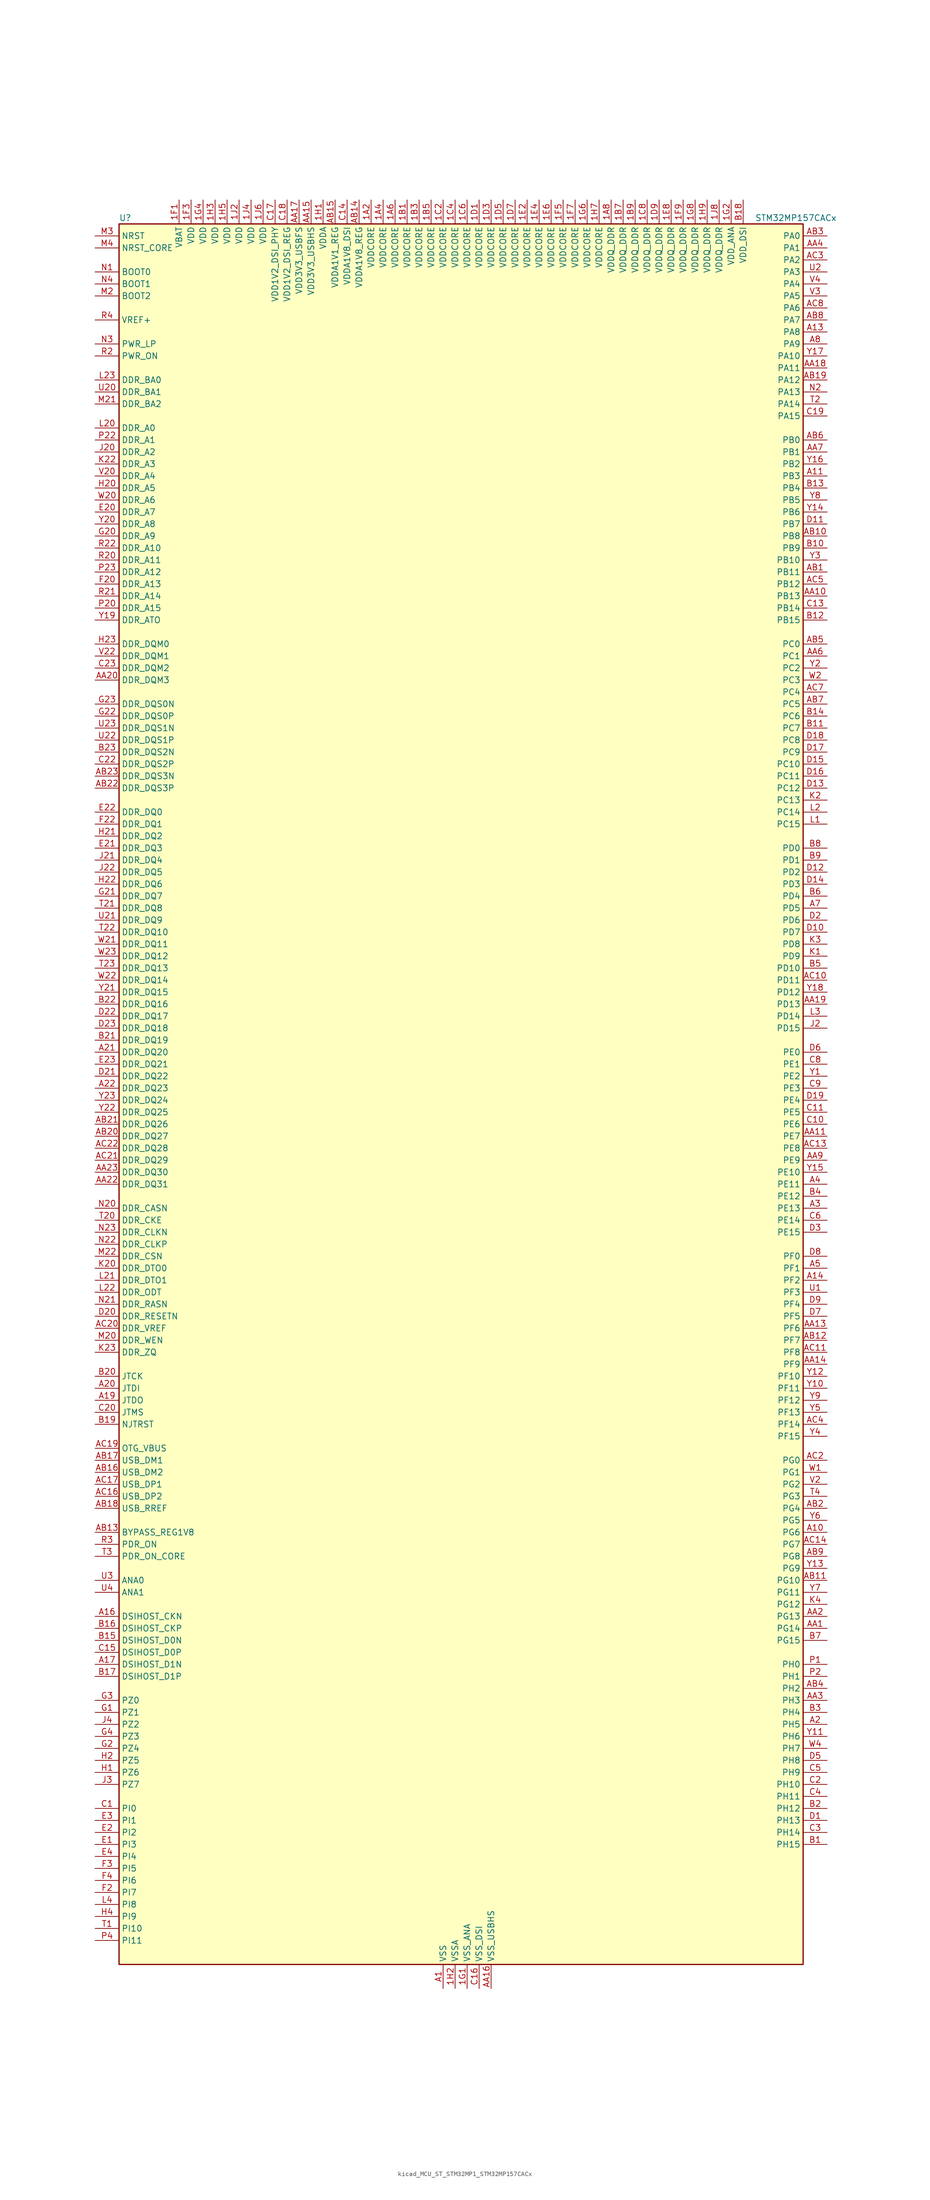
<source format=kicad_sym>
(kicad_symbol_lib
  (version 20220914)
  (generator kicad_symbol_editor)
  (symbol "kicad_MCU_ST_STM32MP1_STM32MP157CACx"
    (property "Reference" "U"
      (at -71.12 186.69 0)
      (effects (font (size 1.27 1.27)) (justify left)))
    (property "Value" "STM32MP157CACx"
      (at 63.5 186.69 0)
      (effects (font (size 1.27 1.27)) (justify left)))
    (property "ki_locked" ""
      (at 0 0 0)
      (effects (font (size 1.27 1.27))))
    (symbol "kicad_MCU_ST_STM32MP1_STM32MP157CACx_0_1"
      (rectangle (start -71.12 -182.88) (end 73.66 185.42) (stroke (width 0.254) (type default)) (fill (type background))))
    (symbol "kicad_MCU_ST_STM32MP1_STM32MP157CACx_1_1"
      (pin power_in line (at -17.78 190.5 270) (length 5.08) (name "VDDCORE" (effects (font (size 1.27 1.27)))) (number "1A2" (effects (font (size 1.27 1.27)))))
      (pin passive line (at -2.54 -187.96 90) (length 5.08) hide (name "VSS" (effects (font (size 1.27 1.27)))) (number "1A3" (effects (font (size 1.27 1.27)))))
      (pin power_in line (at -15.24 190.5 270) (length 5.08) (name "VDDCORE" (effects (font (size 1.27 1.27)))) (number "1A4" (effects (font (size 1.27 1.27)))))
      (pin passive line (at -2.54 -187.96 90) (length 5.08) hide (name "VSS" (effects (font (size 1.27 1.27)))) (number "1A5" (effects (font (size 1.27 1.27)))))
      (pin power_in line (at -12.7 190.5 270) (length 5.08) (name "VDDCORE" (effects (font (size 1.27 1.27)))) (number "1A6" (effects (font (size 1.27 1.27)))))
      (pin passive line (at -2.54 -187.96 90) (length 5.08) hide (name "VSS" (effects (font (size 1.27 1.27)))) (number "1A7" (effects (font (size 1.27 1.27)))))
      (pin power_in line (at 33.02 190.5 270) (length 5.08) (name "VDDQ_DDR" (effects (font (size 1.27 1.27)))) (number "1A8" (effects (font (size 1.27 1.27)))))
      (pin power_in line (at -10.16 190.5 270) (length 5.08) (name "VDDCORE" (effects (font (size 1.27 1.27)))) (number "1B1" (effects (font (size 1.27 1.27)))))
      (pin passive line (at -2.54 -187.96 90) (length 5.08) hide (name "VSS" (effects (font (size 1.27 1.27)))) (number "1B2" (effects (font (size 1.27 1.27)))))
      (pin power_in line (at -7.62 190.5 270) (length 5.08) (name "VDDCORE" (effects (font (size 1.27 1.27)))) (number "1B3" (effects (font (size 1.27 1.27)))))
      (pin passive line (at -2.54 -187.96 90) (length 5.08) hide (name "VSS" (effects (font (size 1.27 1.27)))) (number "1B4" (effects (font (size 1.27 1.27)))))
      (pin power_in line (at -5.08 190.5 270) (length 5.08) (name "VDDCORE" (effects (font (size 1.27 1.27)))) (number "1B5" (effects (font (size 1.27 1.27)))))
      (pin passive line (at -2.54 -187.96 90) (length 5.08) hide (name "VSS" (effects (font (size 1.27 1.27)))) (number "1B6" (effects (font (size 1.27 1.27)))))
      (pin power_in line (at 35.56 190.5 270) (length 5.08) (name "VDDQ_DDR" (effects (font (size 1.27 1.27)))) (number "1B7" (effects (font (size 1.27 1.27)))))
      (pin passive line (at -2.54 -187.96 90) (length 5.08) hide (name "VSS" (effects (font (size 1.27 1.27)))) (number "1B8" (effects (font (size 1.27 1.27)))))
      (pin power_in line (at 38.1 190.5 270) (length 5.08) (name "VDDQ_DDR" (effects (font (size 1.27 1.27)))) (number "1B9" (effects (font (size 1.27 1.27)))))
      (pin passive line (at -2.54 -187.96 90) (length 5.08) hide (name "VSS" (effects (font (size 1.27 1.27)))) (number "1C1" (effects (font (size 1.27 1.27)))))
      (pin power_in line (at -2.54 190.5 270) (length 5.08) (name "VDDCORE" (effects (font (size 1.27 1.27)))) (number "1C2" (effects (font (size 1.27 1.27)))))
      (pin passive line (at -2.54 -187.96 90) (length 5.08) hide (name "VSS" (effects (font (size 1.27 1.27)))) (number "1C3" (effects (font (size 1.27 1.27)))))
      (pin power_in line (at 0 190.5 270) (length 5.08) (name "VDDCORE" (effects (font (size 1.27 1.27)))) (number "1C4" (effects (font (size 1.27 1.27)))))
      (pin passive line (at -2.54 -187.96 90) (length 5.08) hide (name "VSS" (effects (font (size 1.27 1.27)))) (number "1C5" (effects (font (size 1.27 1.27)))))
      (pin power_in line (at 2.54 190.5 270) (length 5.08) (name "VDDCORE" (effects (font (size 1.27 1.27)))) (number "1C6" (effects (font (size 1.27 1.27)))))
      (pin passive line (at -2.54 -187.96 90) (length 5.08) hide (name "VSS" (effects (font (size 1.27 1.27)))) (number "1C7" (effects (font (size 1.27 1.27)))))
      (pin power_in line (at 40.64 190.5 270) (length 5.08) (name "VDDQ_DDR" (effects (font (size 1.27 1.27)))) (number "1C8" (effects (font (size 1.27 1.27)))))
      (pin passive line (at -2.54 -187.96 90) (length 5.08) hide (name "VSS" (effects (font (size 1.27 1.27)))) (number "1C9" (effects (font (size 1.27 1.27)))))
      (pin power_in line (at 5.08 190.5 270) (length 5.08) (name "VDDCORE" (effects (font (size 1.27 1.27)))) (number "1D1" (effects (font (size 1.27 1.27)))))
      (pin passive line (at -2.54 -187.96 90) (length 5.08) hide (name "VSS" (effects (font (size 1.27 1.27)))) (number "1D2" (effects (font (size 1.27 1.27)))))
      (pin power_in line (at 7.62 190.5 270) (length 5.08) (name "VDDCORE" (effects (font (size 1.27 1.27)))) (number "1D3" (effects (font (size 1.27 1.27)))))
      (pin passive line (at -2.54 -187.96 90) (length 5.08) hide (name "VSS" (effects (font (size 1.27 1.27)))) (number "1D4" (effects (font (size 1.27 1.27)))))
      (pin power_in line (at 10.16 190.5 270) (length 5.08) (name "VDDCORE" (effects (font (size 1.27 1.27)))) (number "1D5" (effects (font (size 1.27 1.27)))))
      (pin passive line (at -2.54 -187.96 90) (length 5.08) hide (name "VSS" (effects (font (size 1.27 1.27)))) (number "1D6" (effects (font (size 1.27 1.27)))))
      (pin power_in line (at 12.7 190.5 270) (length 5.08) (name "VDDCORE" (effects (font (size 1.27 1.27)))) (number "1D7" (effects (font (size 1.27 1.27)))))
      (pin passive line (at -2.54 -187.96 90) (length 5.08) hide (name "VSS" (effects (font (size 1.27 1.27)))) (number "1D8" (effects (font (size 1.27 1.27)))))
      (pin power_in line (at 43.18 190.5 270) (length 5.08) (name "VDDQ_DDR" (effects (font (size 1.27 1.27)))) (number "1D9" (effects (font (size 1.27 1.27)))))
      (pin passive line (at -2.54 -187.96 90) (length 5.08) hide (name "VSS" (effects (font (size 1.27 1.27)))) (number "1E1" (effects (font (size 1.27 1.27)))))
      (pin power_in line (at 15.24 190.5 270) (length 5.08) (name "VDDCORE" (effects (font (size 1.27 1.27)))) (number "1E2" (effects (font (size 1.27 1.27)))))
      (pin passive line (at -2.54 -187.96 90) (length 5.08) hide (name "VSS" (effects (font (size 1.27 1.27)))) (number "1E3" (effects (font (size 1.27 1.27)))))
      (pin power_in line (at 17.78 190.5 270) (length 5.08) (name "VDDCORE" (effects (font (size 1.27 1.27)))) (number "1E4" (effects (font (size 1.27 1.27)))))
      (pin passive line (at -2.54 -187.96 90) (length 5.08) hide (name "VSS" (effects (font (size 1.27 1.27)))) (number "1E5" (effects (font (size 1.27 1.27)))))
      (pin power_in line (at 20.32 190.5 270) (length 5.08) (name "VDDCORE" (effects (font (size 1.27 1.27)))) (number "1E6" (effects (font (size 1.27 1.27)))))
      (pin passive line (at -2.54 -187.96 90) (length 5.08) hide (name "VSS" (effects (font (size 1.27 1.27)))) (number "1E7" (effects (font (size 1.27 1.27)))))
      (pin power_in line (at 45.72 190.5 270) (length 5.08) (name "VDDQ_DDR" (effects (font (size 1.27 1.27)))) (number "1E8" (effects (font (size 1.27 1.27)))))
      (pin passive line (at -2.54 -187.96 90) (length 5.08) hide (name "VSS" (effects (font (size 1.27 1.27)))) (number "1E9" (effects (font (size 1.27 1.27)))))
      (pin power_in line (at -58.42 190.5 270) (length 5.08) (name "VBAT" (effects (font (size 1.27 1.27)))) (number "1F1" (effects (font (size 1.27 1.27)))))
      (pin passive line (at -2.54 -187.96 90) (length 5.08) hide (name "VSS" (effects (font (size 1.27 1.27)))) (number "1F2" (effects (font (size 1.27 1.27)))))
      (pin power_in line (at -55.88 190.5 270) (length 5.08) (name "VDD" (effects (font (size 1.27 1.27)))) (number "1F3" (effects (font (size 1.27 1.27)))))
      (pin passive line (at -2.54 -187.96 90) (length 5.08) hide (name "VSS" (effects (font (size 1.27 1.27)))) (number "1F4" (effects (font (size 1.27 1.27)))))
      (pin power_in line (at 22.86 190.5 270) (length 5.08) (name "VDDCORE" (effects (font (size 1.27 1.27)))) (number "1F5" (effects (font (size 1.27 1.27)))))
      (pin passive line (at -2.54 -187.96 90) (length 5.08) hide (name "VSS" (effects (font (size 1.27 1.27)))) (number "1F6" (effects (font (size 1.27 1.27)))))
      (pin power_in line (at 25.4 190.5 270) (length 5.08) (name "VDDCORE" (effects (font (size 1.27 1.27)))) (number "1F7" (effects (font (size 1.27 1.27)))))
      (pin passive line (at -2.54 -187.96 90) (length 5.08) hide (name "VSS" (effects (font (size 1.27 1.27)))) (number "1F8" (effects (font (size 1.27 1.27)))))
      (pin power_in line (at 48.26 190.5 270) (length 5.08) (name "VDDQ_DDR" (effects (font (size 1.27 1.27)))) (number "1F9" (effects (font (size 1.27 1.27)))))
      (pin power_in line (at 2.54 -187.96 90) (length 5.08) (name "VSS_ANA" (effects (font (size 1.27 1.27)))) (number "1G1" (effects (font (size 1.27 1.27)))))
      (pin power_in line (at 58.42 190.5 270) (length 5.08) (name "VDD_ANA" (effects (font (size 1.27 1.27)))) (number "1G2" (effects (font (size 1.27 1.27)))))
      (pin passive line (at -2.54 -187.96 90) (length 5.08) hide (name "VSS" (effects (font (size 1.27 1.27)))) (number "1G3" (effects (font (size 1.27 1.27)))))
      (pin power_in line (at -53.34 190.5 270) (length 5.08) (name "VDD" (effects (font (size 1.27 1.27)))) (number "1G4" (effects (font (size 1.27 1.27)))))
      (pin passive line (at -2.54 -187.96 90) (length 5.08) hide (name "VSS" (effects (font (size 1.27 1.27)))) (number "1G5" (effects (font (size 1.27 1.27)))))
      (pin power_in line (at 27.94 190.5 270) (length 5.08) (name "VDDCORE" (effects (font (size 1.27 1.27)))) (number "1G6" (effects (font (size 1.27 1.27)))))
      (pin passive line (at -2.54 -187.96 90) (length 5.08) hide (name "VSS" (effects (font (size 1.27 1.27)))) (number "1G7" (effects (font (size 1.27 1.27)))))
      (pin power_in line (at 50.8 190.5 270) (length 5.08) (name "VDDQ_DDR" (effects (font (size 1.27 1.27)))) (number "1G8" (effects (font (size 1.27 1.27)))))
      (pin passive line (at -2.54 -187.96 90) (length 5.08) hide (name "VSS" (effects (font (size 1.27 1.27)))) (number "1G9" (effects (font (size 1.27 1.27)))))
      (pin power_in line (at -27.94 190.5 270) (length 5.08) (name "VDDA" (effects (font (size 1.27 1.27)))) (number "1H1" (effects (font (size 1.27 1.27)))))
      (pin power_in line (at 0 -187.96 90) (length 5.08) (name "VSSA" (effects (font (size 1.27 1.27)))) (number "1H2" (effects (font (size 1.27 1.27)))))
      (pin power_in line (at -50.8 190.5 270) (length 5.08) (name "VDD" (effects (font (size 1.27 1.27)))) (number "1H3" (effects (font (size 1.27 1.27)))))
      (pin passive line (at -2.54 -187.96 90) (length 5.08) hide (name "VSS" (effects (font (size 1.27 1.27)))) (number "1H4" (effects (font (size 1.27 1.27)))))
      (pin power_in line (at -48.26 190.5 270) (length 5.08) (name "VDD" (effects (font (size 1.27 1.27)))) (number "1H5" (effects (font (size 1.27 1.27)))))
      (pin passive line (at -2.54 -187.96 90) (length 5.08) hide (name "VSS" (effects (font (size 1.27 1.27)))) (number "1H6" (effects (font (size 1.27 1.27)))))
      (pin power_in line (at 30.48 190.5 270) (length 5.08) (name "VDDCORE" (effects (font (size 1.27 1.27)))) (number "1H7" (effects (font (size 1.27 1.27)))))
      (pin passive line (at -2.54 -187.96 90) (length 5.08) hide (name "VSS" (effects (font (size 1.27 1.27)))) (number "1H8" (effects (font (size 1.27 1.27)))))
      (pin power_in line (at 53.34 190.5 270) (length 5.08) (name "VDDQ_DDR" (effects (font (size 1.27 1.27)))) (number "1H9" (effects (font (size 1.27 1.27)))))
      (pin power_in line (at -45.72 190.5 270) (length 5.08) (name "VDD" (effects (font (size 1.27 1.27)))) (number "1J2" (effects (font (size 1.27 1.27)))))
      (pin passive line (at -2.54 -187.96 90) (length 5.08) hide (name "VSS" (effects (font (size 1.27 1.27)))) (number "1J3" (effects (font (size 1.27 1.27)))))
      (pin power_in line (at -43.18 190.5 270) (length 5.08) (name "VDD" (effects (font (size 1.27 1.27)))) (number "1J4" (effects (font (size 1.27 1.27)))))
      (pin passive line (at -2.54 -187.96 90) (length 5.08) hide (name "VSS" (effects (font (size 1.27 1.27)))) (number "1J5" (effects (font (size 1.27 1.27)))))
      (pin power_in line (at -40.64 190.5 270) (length 5.08) (name "VDD" (effects (font (size 1.27 1.27)))) (number "1J6" (effects (font (size 1.27 1.27)))))
      (pin passive line (at -2.54 -187.96 90) (length 5.08) hide (name "VSS" (effects (font (size 1.27 1.27)))) (number "1J7" (effects (font (size 1.27 1.27)))))
      (pin power_in line (at 55.88 190.5 270) (length 5.08) (name "VDDQ_DDR" (effects (font (size 1.27 1.27)))) (number "1J8" (effects (font (size 1.27 1.27)))))
      (pin power_in line (at -2.54 -187.96 90) (length 5.08) (name "VSS" (effects (font (size 1.27 1.27)))) (number "A1" (effects (font (size 1.27 1.27)))))
      (pin bidirectional line (at 78.74 -91.44 180) (length 5.08) (name "PG6" (effects (font (size 1.27 1.27)))) (number "A10" (effects (font (size 1.27 1.27)))) (alternate "DCMI_D12" bidirectional line) (alternate "DEBUG_TRACED14" bidirectional line) (alternate "LTDC_R7" bidirectional line) (alternate "SDMMC2_CMD" bidirectional line) (alternate "TIM17_BKIN" bidirectional line))
      (pin bidirectional line (at 78.74 132.08 180) (length 5.08) (name "PB3" (effects (font (size 1.27 1.27)))) (number "A11" (effects (font (size 1.27 1.27)))) (alternate "DEBUG_TRACED9" bidirectional line) (alternate "I2S1_CK" bidirectional line) (alternate "I2S3_CK" bidirectional line) (alternate "SAI4_CK1" bidirectional line) (alternate "SAI4_MCLK_A" bidirectional line) (alternate "SDMMC2_D2" bidirectional line) (alternate "SPI1_SCK" bidirectional line) (alternate "SPI3_SCK" bidirectional line) (alternate "SPI6_SCK" bidirectional line) (alternate "TIM2_CH2" bidirectional line) (alternate "UART7_RX" bidirectional line))
      (pin bidirectional line (at 78.74 162.56 180) (length 5.08) (name "PA8" (effects (font (size 1.27 1.27)))) (number "A13" (effects (font (size 1.27 1.27)))) (alternate "I2C3_SCL" bidirectional line) (alternate "I2S3_SDO" bidirectional line) (alternate "LTDC_R6" bidirectional line) (alternate "RCC_MCO_1" bidirectional line) (alternate "SAI4_SD_B" bidirectional line) (alternate "SDMMC2_CKIN" bidirectional line) (alternate "SDMMC2_D4" bidirectional line) (alternate "SPI3_MOSI" bidirectional line) (alternate "TIM1_CH1" bidirectional line) (alternate "TIM8_BKIN2" bidirectional line) (alternate "UART7_RX" bidirectional line) (alternate "USART1_CK" bidirectional line) (alternate "USB_OTG_HS_SOF" bidirectional line))
      (pin bidirectional line (at 78.74 -38.1 180) (length 5.08) (name "PF2" (effects (font (size 1.27 1.27)))) (number "A14" (effects (font (size 1.27 1.27)))) (alternate "FMC_A2" bidirectional line) (alternate "I2C2_SMBA" bidirectional line) (alternate "SDMMC1_D0DIR" bidirectional line) (alternate "SDMMC2_D0DIR" bidirectional line) (alternate "SDMMC3_D0DIR" bidirectional line))
      (pin bidirectional line (at -76.2 -109.22 0) (length 5.08) (name "DSIHOST_CKN" (effects (font (size 1.27 1.27)))) (number "A16" (effects (font (size 1.27 1.27)))) (alternate "DSIHOST_CKN" bidirectional line))
      (pin bidirectional line (at -76.2 -119.38 0) (length 5.08) (name "DSIHOST_D1N" (effects (font (size 1.27 1.27)))) (number "A17" (effects (font (size 1.27 1.27)))) (alternate "DSIHOST_D1N" bidirectional line))
      (pin bidirectional line (at -76.2 -63.5 0) (length 5.08) (name "JTDO" (effects (font (size 1.27 1.27)))) (number "A19" (effects (font (size 1.27 1.27)))) (alternate "DEBUG_JTDO-SWO" bidirectional line))
      (pin bidirectional line (at 78.74 -132.08 180) (length 5.08) (name "PH5" (effects (font (size 1.27 1.27)))) (number "A2" (effects (font (size 1.27 1.27)))) (alternate "I2C2_SDA" bidirectional line) (alternate "SAI4_SD_B" bidirectional line) (alternate "SPI5_NSS" bidirectional line))
      (pin bidirectional line (at -76.2 -60.96 0) (length 5.08) (name "JTDI" (effects (font (size 1.27 1.27)))) (number "A20" (effects (font (size 1.27 1.27)))) (alternate "DEBUG_JTDI" bidirectional line))
      (pin bidirectional line (at -76.2 10.16 0) (length 5.08) (name "DDR_DQ20" (effects (font (size 1.27 1.27)))) (number "A21" (effects (font (size 1.27 1.27)))) (alternate "DDR_DQ20" bidirectional line))
      (pin bidirectional line (at -76.2 2.54 0) (length 5.08) (name "DDR_DQ23" (effects (font (size 1.27 1.27)))) (number "A22" (effects (font (size 1.27 1.27)))) (alternate "DDR_DQ23" bidirectional line))
      (pin passive line (at -2.54 -187.96 90) (length 5.08) hide (name "VSS" (effects (font (size 1.27 1.27)))) (number "A23" (effects (font (size 1.27 1.27)))))
      (pin bidirectional line (at 78.74 -22.86 180) (length 5.08) (name "PE13" (effects (font (size 1.27 1.27)))) (number "A3" (effects (font (size 1.27 1.27)))) (alternate "DCMI_D6" bidirectional line) (alternate "DFSDM1_CKIN5" bidirectional line) (alternate "FMC_D10" bidirectional line) (alternate "FMC_DA10" bidirectional line) (alternate "HDP_HDP2" bidirectional line) (alternate "LTDC_DE" bidirectional line) (alternate "SAI2_FS_B" bidirectional line) (alternate "SPI4_MISO" bidirectional line) (alternate "TIM1_CH3" bidirectional line))
      (pin bidirectional line (at 78.74 -17.78 180) (length 5.08) (name "PE11" (effects (font (size 1.27 1.27)))) (number "A4" (effects (font (size 1.27 1.27)))) (alternate "ADC1_EXTI11" bidirectional line) (alternate "ADC2_EXTI11" bidirectional line) (alternate "DCMI_D4" bidirectional line) (alternate "DFSDM1_CKIN4" bidirectional line) (alternate "FMC_D8" bidirectional line) (alternate "FMC_DA8" bidirectional line) (alternate "LTDC_G3" bidirectional line) (alternate "SAI2_SD_B" bidirectional line) (alternate "SPI4_NSS" bidirectional line) (alternate "TIM1_CH2" bidirectional line) (alternate "USART6_CK" bidirectional line))
      (pin bidirectional line (at 78.74 -35.56 180) (length 5.08) (name "PF1" (effects (font (size 1.27 1.27)))) (number "A5" (effects (font (size 1.27 1.27)))) (alternate "FMC_A1" bidirectional line) (alternate "I2C2_SCL" bidirectional line) (alternate "SDMMC3_CDIR" bidirectional line) (alternate "SDMMC3_CMD" bidirectional line))
      (pin bidirectional line (at 78.74 40.64 180) (length 5.08) (name "PD5" (effects (font (size 1.27 1.27)))) (number "A7" (effects (font (size 1.27 1.27)))) (alternate "FMC_NWE" bidirectional line) (alternate "SDMMC3_D2" bidirectional line) (alternate "USART2_TX" bidirectional line))
      (pin bidirectional line (at 78.74 160.02 180) (length 5.08) (name "PA9" (effects (font (size 1.27 1.27)))) (number "A8" (effects (font (size 1.27 1.27)))) (alternate "DAC1_EXTI9" bidirectional line) (alternate "DCMI_D0" bidirectional line) (alternate "I2C3_SMBA" bidirectional line) (alternate "I2S2_CK" bidirectional line) (alternate "LTDC_R5" bidirectional line) (alternate "SDMMC2_CDIR" bidirectional line) (alternate "SDMMC2_D5" bidirectional line) (alternate "SPI2_SCK" bidirectional line) (alternate "TIM1_CH2" bidirectional line) (alternate "USART1_TX" bidirectional line))
      (pin bidirectional line (at 78.74 -111.76 180) (length 5.08) (name "PG14" (effects (font (size 1.27 1.27)))) (number "AA1" (effects (font (size 1.27 1.27)))) (alternate "DEBUG_TRACED1" bidirectional line) (alternate "ETH1_TXD1" bidirectional line) (alternate "FMC_A25" bidirectional line) (alternate "LPTIM1_ETR" bidirectional line) (alternate "LTDC_B0" bidirectional line) (alternate "QUADSPI_BK2_IO3" bidirectional line) (alternate "SAI4_D1" bidirectional line) (alternate "SAI4_SD_A" bidirectional line) (alternate "SPI6_MOSI" bidirectional line) (alternate "USART6_TX" bidirectional line))
      (pin bidirectional line (at 78.74 106.68 180) (length 5.08) (name "PB13" (effects (font (size 1.27 1.27)))) (number "AA10" (effects (font (size 1.27 1.27)))) (alternate "DFSDM1_CKIN1" bidirectional line) (alternate "DFSDM1_CKOUT" bidirectional line) (alternate "ETH1_TXD1" bidirectional line) (alternate "FDCAN2_TX" bidirectional line) (alternate "I2S2_CK" bidirectional line) (alternate "LPTIM2_OUT" bidirectional line) (alternate "SPI2_SCK" bidirectional line) (alternate "TIM1_CH1N" bidirectional line) (alternate "UART5_TX" bidirectional line) (alternate "USART3_CTS" bidirectional line) (alternate "USART3_NSS" bidirectional line))
      (pin bidirectional line (at 78.74 -7.62 180) (length 5.08) (name "PE7" (effects (font (size 1.27 1.27)))) (number "AA11" (effects (font (size 1.27 1.27)))) (alternate "DFSDM1_DATIN2" bidirectional line) (alternate "FMC_D4" bidirectional line) (alternate "FMC_DA4" bidirectional line) (alternate "QUADSPI_BK2_IO0" bidirectional line) (alternate "TIM1_ETR" bidirectional line) (alternate "TIM3_ETR" bidirectional line) (alternate "UART7_RX" bidirectional line))
      (pin passive line (at -2.54 -187.96 90) (length 5.08) hide (name "VSS" (effects (font (size 1.27 1.27)))) (number "AA12" (effects (font (size 1.27 1.27)))))
      (pin bidirectional line (at 78.74 -48.26 180) (length 5.08) (name "PF6" (effects (font (size 1.27 1.27)))) (number "AA13" (effects (font (size 1.27 1.27)))) (alternate "QUADSPI_BK1_IO3" bidirectional line) (alternate "SAI1_SD_B" bidirectional line) (alternate "SAI4_SCK_B" bidirectional line) (alternate "SPI5_NSS" bidirectional line) (alternate "TIM16_CH1" bidirectional line) (alternate "UART7_RX" bidirectional line))
      (pin bidirectional line (at 78.74 -55.88 180) (length 5.08) (name "PF9" (effects (font (size 1.27 1.27)))) (number "AA14" (effects (font (size 1.27 1.27)))) (alternate "DAC1_EXTI9" bidirectional line) (alternate "DEBUG_TRACED13" bidirectional line) (alternate "QUADSPI_BK1_IO1" bidirectional line) (alternate "SAI1_FS_B" bidirectional line) (alternate "SPI5_MOSI" bidirectional line) (alternate "TIM14_CH1" bidirectional line) (alternate "TIM17_CH1N" bidirectional line) (alternate "UART7_CTS" bidirectional line))
      (pin power_in line (at -30.48 190.5 270) (length 5.08) (name "VDD3V3_USBHS" (effects (font (size 1.27 1.27)))) (number "AA15" (effects (font (size 1.27 1.27)))))
      (pin power_in line (at 7.62 -187.96 90) (length 5.08) (name "VSS_USBHS" (effects (font (size 1.27 1.27)))) (number "AA16" (effects (font (size 1.27 1.27)))))
      (pin power_in line (at -33.02 190.5 270) (length 5.08) (name "VDD3V3_USBFS" (effects (font (size 1.27 1.27)))) (number "AA17" (effects (font (size 1.27 1.27)))))
      (pin bidirectional line (at 78.74 154.94 180) (length 5.08) (name "PA11" (effects (font (size 1.27 1.27)))) (number "AA18" (effects (font (size 1.27 1.27)))) (alternate "ADC1_EXTI11" bidirectional line) (alternate "ADC2_EXTI11" bidirectional line) (alternate "FDCAN1_RX" bidirectional line) (alternate "I2C5_SCL" bidirectional line) (alternate "I2C6_SCL" bidirectional line) (alternate "I2S2_WS" bidirectional line) (alternate "LTDC_R4" bidirectional line) (alternate "SPI2_NSS" bidirectional line) (alternate "TIM1_CH4" bidirectional line) (alternate "UART4_RX" bidirectional line) (alternate "USART1_CTS" bidirectional line) (alternate "USART1_NSS" bidirectional line))
      (pin bidirectional line (at 78.74 20.32 180) (length 5.08) (name "PD13" (effects (font (size 1.27 1.27)))) (number "AA19" (effects (font (size 1.27 1.27)))) (alternate "DSIHOST_TE" bidirectional line) (alternate "FMC_A18" bidirectional line) (alternate "I2C1_SDA" bidirectional line) (alternate "I2C4_SDA" bidirectional line) (alternate "I2S3_MCK" bidirectional line) (alternate "LPTIM1_OUT" bidirectional line) (alternate "QUADSPI_BK1_IO3" bidirectional line) (alternate "SAI2_SCK_A" bidirectional line) (alternate "TIM4_CH2" bidirectional line))
      (pin bidirectional line (at 78.74 -109.22 180) (length 5.08) (name "PG13" (effects (font (size 1.27 1.27)))) (number "AA2" (effects (font (size 1.27 1.27)))) (alternate "DEBUG_TRACED0" bidirectional line) (alternate "ETH1_TXD0" bidirectional line) (alternate "FMC_A24" bidirectional line) (alternate "LPTIM1_OUT" bidirectional line) (alternate "LTDC_R0" bidirectional line) (alternate "SAI1_CK2" bidirectional line) (alternate "SAI1_SCK_A" bidirectional line) (alternate "SAI4_CK1" bidirectional line) (alternate "SAI4_MCLK_A" bidirectional line) (alternate "SPI6_SCK" bidirectional line) (alternate "USART6_CTS" bidirectional line) (alternate "USART6_NSS" bidirectional line))
      (pin bidirectional line (at -76.2 88.9 0) (length 5.08) (name "DDR_DQM3" (effects (font (size 1.27 1.27)))) (number "AA20" (effects (font (size 1.27 1.27)))) (alternate "DDR_DQM3" bidirectional line))
      (pin passive line (at -2.54 -187.96 90) (length 5.08) hide (name "VSS" (effects (font (size 1.27 1.27)))) (number "AA21" (effects (font (size 1.27 1.27)))))
      (pin bidirectional line (at -76.2 -17.78 0) (length 5.08) (name "DDR_DQ31" (effects (font (size 1.27 1.27)))) (number "AA22" (effects (font (size 1.27 1.27)))) (alternate "DDR_DQ31" bidirectional line))
      (pin bidirectional line (at -76.2 -15.24 0) (length 5.08) (name "DDR_DQ30" (effects (font (size 1.27 1.27)))) (number "AA23" (effects (font (size 1.27 1.27)))) (alternate "DDR_DQ30" bidirectional line))
      (pin bidirectional line (at 78.74 -127 180) (length 5.08) (name "PH3" (effects (font (size 1.27 1.27)))) (number "AA3" (effects (font (size 1.27 1.27)))) (alternate "DFSDM1_CKIN4" bidirectional line) (alternate "ETH1_COL" bidirectional line) (alternate "LTDC_R1" bidirectional line) (alternate "QUADSPI_BK2_IO1" bidirectional line) (alternate "SAI2_MCLK_B" bidirectional line))
      (pin bidirectional line (at 78.74 180.34 180) (length 5.08) (name "PA1" (effects (font (size 1.27 1.27)))) (number "AA4" (effects (font (size 1.27 1.27)))) (alternate "ADC1_INN16" bidirectional line) (alternate "ADC1_INP17" bidirectional line) (alternate "ETH1_CLK" bidirectional line) (alternate "ETH1_REF_CLK" bidirectional line) (alternate "ETH1_RX_CLK" bidirectional line) (alternate "LPTIM3_OUT" bidirectional line) (alternate "LTDC_R2" bidirectional line) (alternate "QUADSPI_BK1_IO3" bidirectional line) (alternate "SAI2_MCLK_B" bidirectional line) (alternate "TIM15_CH1N" bidirectional line) (alternate "TIM2_CH2" bidirectional line) (alternate "TIM5_CH2" bidirectional line) (alternate "UART4_RX" bidirectional line) (alternate "USART2_DE" bidirectional line) (alternate "USART2_RTS" bidirectional line))
      (pin passive line (at -2.54 -187.96 90) (length 5.08) hide (name "VSS" (effects (font (size 1.27 1.27)))) (number "AA5" (effects (font (size 1.27 1.27)))))
      (pin bidirectional line (at 78.74 93.98 180) (length 5.08) (name "PC1" (effects (font (size 1.27 1.27)))) (number "AA6" (effects (font (size 1.27 1.27)))) (alternate "ADC1_INN10" bidirectional line) (alternate "ADC1_INP11" bidirectional line) (alternate "ADC2_INN10" bidirectional line) (alternate "ADC2_INP11" bidirectional line) (alternate "DEBUG_TRACED0" bidirectional line) (alternate "DFSDM1_CKIN4" bidirectional line) (alternate "DFSDM1_DATIN0" bidirectional line) (alternate "ETH1_MDC" bidirectional line) (alternate "I2S2_SDO" bidirectional line) (alternate "PWR_WKUP6" bidirectional line) (alternate "SAI1_D1" bidirectional line) (alternate "SAI1_SD_A" bidirectional line) (alternate "SDMMC2_CK" bidirectional line) (alternate "SPI2_MOSI" bidirectional line) (alternate "TAMP_IN3" bidirectional line))
      (pin bidirectional line (at 78.74 137.16 180) (length 5.08) (name "PB1" (effects (font (size 1.27 1.27)))) (number "AA7" (effects (font (size 1.27 1.27)))) (alternate "ADC1_INP5" bidirectional line) (alternate "ADC2_INP5" bidirectional line) (alternate "DFSDM1_DATIN1" bidirectional line) (alternate "ETH1_RXD3" bidirectional line) (alternate "LTDC_G0" bidirectional line) (alternate "LTDC_R6" bidirectional line) (alternate "TIM1_CH3N" bidirectional line) (alternate "TIM3_CH4" bidirectional line) (alternate "TIM8_CH3N" bidirectional line))
      (pin passive line (at -2.54 -187.96 90) (length 5.08) hide (name "VSS" (effects (font (size 1.27 1.27)))) (number "AA8" (effects (font (size 1.27 1.27)))))
      (pin bidirectional line (at 78.74 -12.7 180) (length 5.08) (name "PE9" (effects (font (size 1.27 1.27)))) (number "AA9" (effects (font (size 1.27 1.27)))) (alternate "DAC1_EXTI9" bidirectional line) (alternate "DFSDM1_CKOUT" bidirectional line) (alternate "FMC_D6" bidirectional line) (alternate "FMC_DA6" bidirectional line) (alternate "QUADSPI_BK2_IO2" bidirectional line) (alternate "TIM1_CH1" bidirectional line) (alternate "UART7_DE" bidirectional line) (alternate "UART7_RTS" bidirectional line))
      (pin bidirectional line (at 78.74 111.76 180) (length 5.08) (name "PB11" (effects (font (size 1.27 1.27)))) (number "AB1" (effects (font (size 1.27 1.27)))) (alternate "ADC1_EXTI11" bidirectional line) (alternate "ADC2_EXTI11" bidirectional line) (alternate "DFSDM1_CKIN7" bidirectional line) (alternate "DSIHOST_TE" bidirectional line) (alternate "ETH1_TX_CTL" bidirectional line) (alternate "ETH1_TX_EN" bidirectional line) (alternate "I2C2_SDA" bidirectional line) (alternate "LPTIM2_ETR" bidirectional line) (alternate "LTDC_G5" bidirectional line) (alternate "TIM2_CH4" bidirectional line) (alternate "USART3_RX" bidirectional line))
      (pin bidirectional line (at 78.74 119.38 180) (length 5.08) (name "PB8" (effects (font (size 1.27 1.27)))) (number "AB10" (effects (font (size 1.27 1.27)))) (alternate "DCMI_D6" bidirectional line) (alternate "DFSDM1_CKIN7" bidirectional line) (alternate "ETH1_TXD3" bidirectional line) (alternate "FDCAN1_RX" bidirectional line) (alternate "HDP_HDP6" bidirectional line) (alternate "I2C1_SCL" bidirectional line) (alternate "I2C4_SCL" bidirectional line) (alternate "LTDC_B6" bidirectional line) (alternate "SDMMC1_CKIN" bidirectional line) (alternate "SDMMC1_D4" bidirectional line) (alternate "SDMMC2_CKIN" bidirectional line) (alternate "SDMMC2_D4" bidirectional line) (alternate "TIM16_CH1" bidirectional line) (alternate "TIM4_CH3" bidirectional line) (alternate "UART4_RX" bidirectional line))
      (pin bidirectional line (at 78.74 -101.6 180) (length 5.08) (name "PG10" (effects (font (size 1.27 1.27)))) (number "AB11" (effects (font (size 1.27 1.27)))) (alternate "DCMI_D2" bidirectional line) (alternate "DEBUG_TRACED10" bidirectional line) (alternate "FMC_NE3" bidirectional line) (alternate "LTDC_B2" bidirectional line) (alternate "LTDC_G3" bidirectional line) (alternate "QUADSPI_BK2_IO2" bidirectional line) (alternate "SAI2_SD_B" bidirectional line) (alternate "UART8_CTS" bidirectional line))
      (pin bidirectional line (at 78.74 -50.8 180) (length 5.08) (name "PF7" (effects (font (size 1.27 1.27)))) (number "AB12" (effects (font (size 1.27 1.27)))) (alternate "QUADSPI_BK1_IO2" bidirectional line) (alternate "SAI1_MCLK_B" bidirectional line) (alternate "SPI5_SCK" bidirectional line) (alternate "TIM17_CH1" bidirectional line) (alternate "UART7_TX" bidirectional line))
      (pin bidirectional line (at -76.2 -91.44 0) (length 5.08) (name "BYPASS_REG1V8" (effects (font (size 1.27 1.27)))) (number "AB13" (effects (font (size 1.27 1.27)))))
      (pin power_in line (at -20.32 190.5 270) (length 5.08) (name "VDDA1V8_REG" (effects (font (size 1.27 1.27)))) (number "AB14" (effects (font (size 1.27 1.27)))))
      (pin power_in line (at -25.4 190.5 270) (length 5.08) (name "VDDA1V1_REG" (effects (font (size 1.27 1.27)))) (number "AB15" (effects (font (size 1.27 1.27)))))
      (pin bidirectional line (at -76.2 -78.74 0) (length 5.08) (name "USB_DM2" (effects (font (size 1.27 1.27)))) (number "AB16" (effects (font (size 1.27 1.27)))) (alternate "USBH_HS2_DM" bidirectional line) (alternate "USB_OTG_HS_DM" bidirectional line))
      (pin bidirectional line (at -76.2 -76.2 0) (length 5.08) (name "USB_DM1" (effects (font (size 1.27 1.27)))) (number "AB17" (effects (font (size 1.27 1.27)))) (alternate "USBH_HS1_DM" bidirectional line))
      (pin bidirectional line (at -76.2 -86.36 0) (length 5.08) (name "USB_RREF" (effects (font (size 1.27 1.27)))) (number "AB18" (effects (font (size 1.27 1.27)))))
      (pin bidirectional line (at 78.74 152.4 180) (length 5.08) (name "PA12" (effects (font (size 1.27 1.27)))) (number "AB19" (effects (font (size 1.27 1.27)))) (alternate "FDCAN1_TX" bidirectional line) (alternate "I2C5_SDA" bidirectional line) (alternate "I2C6_SDA" bidirectional line) (alternate "LTDC_R5" bidirectional line) (alternate "SAI2_FS_B" bidirectional line) (alternate "TIM1_ETR" bidirectional line) (alternate "UART4_TX" bidirectional line) (alternate "USART1_DE" bidirectional line) (alternate "USART1_RTS" bidirectional line))
      (pin bidirectional line (at 78.74 -86.36 180) (length 5.08) (name "PG4" (effects (font (size 1.27 1.27)))) (number "AB2" (effects (font (size 1.27 1.27)))) (alternate "ETH1_GTX_CLK" bidirectional line) (alternate "FMC_A14" bidirectional line) (alternate "TIM1_BKIN2" bidirectional line))
      (pin bidirectional line (at -76.2 -7.62 0) (length 5.08) (name "DDR_DQ27" (effects (font (size 1.27 1.27)))) (number "AB20" (effects (font (size 1.27 1.27)))) (alternate "DDR_DQ27" bidirectional line))
      (pin bidirectional line (at -76.2 -5.08 0) (length 5.08) (name "DDR_DQ26" (effects (font (size 1.27 1.27)))) (number "AB21" (effects (font (size 1.27 1.27)))) (alternate "DDR_DQ26" bidirectional line))
      (pin bidirectional line (at -76.2 66.04 0) (length 5.08) (name "DDR_DQS3P" (effects (font (size 1.27 1.27)))) (number "AB22" (effects (font (size 1.27 1.27)))) (alternate "DDR_DQS3P" bidirectional line))
      (pin bidirectional line (at -76.2 68.58 0) (length 5.08) (name "DDR_DQS3N" (effects (font (size 1.27 1.27)))) (number "AB23" (effects (font (size 1.27 1.27)))) (alternate "DDR_DQS3N" bidirectional line))
      (pin bidirectional line (at 78.74 182.88 180) (length 5.08) (name "PA0" (effects (font (size 1.27 1.27)))) (number "AB3" (effects (font (size 1.27 1.27)))) (alternate "ADC1_INP16" bidirectional line) (alternate "ETH1_CRS" bidirectional line) (alternate "PWR_WKUP1" bidirectional line) (alternate "SAI2_SD_B" bidirectional line) (alternate "SDMMC2_CMD" bidirectional line) (alternate "TIM15_BKIN" bidirectional line) (alternate "TIM2_CH1" bidirectional line) (alternate "TIM2_ETR" bidirectional line) (alternate "TIM5_CH1" bidirectional line) (alternate "TIM8_ETR" bidirectional line) (alternate "UART4_TX" bidirectional line) (alternate "USART2_CTS" bidirectional line) (alternate "USART2_NSS" bidirectional line))
      (pin bidirectional line (at 78.74 -124.46 180) (length 5.08) (name "PH2" (effects (font (size 1.27 1.27)))) (number "AB4" (effects (font (size 1.27 1.27)))) (alternate "ETH1_CRS" bidirectional line) (alternate "LPTIM1_IN2" bidirectional line) (alternate "LTDC_R0" bidirectional line) (alternate "QUADSPI_BK2_IO0" bidirectional line) (alternate "SAI2_SCK_B" bidirectional line))
      (pin bidirectional line (at 78.74 96.52 180) (length 5.08) (name "PC0" (effects (font (size 1.27 1.27)))) (number "AB5" (effects (font (size 1.27 1.27)))) (alternate "ADC1_INP10" bidirectional line) (alternate "ADC2_INP10" bidirectional line) (alternate "DFSDM1_CKIN0" bidirectional line) (alternate "DFSDM1_DATIN4" bidirectional line) (alternate "LPTIM2_IN2" bidirectional line) (alternate "LTDC_R5" bidirectional line) (alternate "QUADSPI_BK2_NCS" bidirectional line) (alternate "SAI2_FS_B" bidirectional line))
      (pin bidirectional line (at 78.74 139.7 180) (length 5.08) (name "PB0" (effects (font (size 1.27 1.27)))) (number "AB6" (effects (font (size 1.27 1.27)))) (alternate "ADC1_INN5" bidirectional line) (alternate "ADC1_INP9" bidirectional line) (alternate "ADC2_INN5" bidirectional line) (alternate "ADC2_INP9" bidirectional line) (alternate "DFSDM1_CKOUT" bidirectional line) (alternate "ETH1_RXD2" bidirectional line) (alternate "LTDC_G1" bidirectional line) (alternate "LTDC_R3" bidirectional line) (alternate "TIM1_CH2N" bidirectional line) (alternate "TIM3_CH3" bidirectional line) (alternate "TIM8_CH2N" bidirectional line) (alternate "UART4_CTS" bidirectional line))
      (pin bidirectional line (at 78.74 83.82 180) (length 5.08) (name "PC5" (effects (font (size 1.27 1.27)))) (number "AB7" (effects (font (size 1.27 1.27)))) (alternate "ADC1_INN4" bidirectional line) (alternate "ADC1_INP8" bidirectional line) (alternate "ADC2_INN4" bidirectional line) (alternate "ADC2_INP8" bidirectional line) (alternate "DFSDM1_DATIN2" bidirectional line) (alternate "ETH1_RXD1" bidirectional line) (alternate "SAI1_D3" bidirectional line) (alternate "SAI1_D4" bidirectional line) (alternate "SAI4_D3" bidirectional line) (alternate "SAI4_D4" bidirectional line) (alternate "SPDIFRX_IN3" bidirectional line))
      (pin bidirectional line (at 78.74 165.1 180) (length 5.08) (name "PA7" (effects (font (size 1.27 1.27)))) (number "AB8" (effects (font (size 1.27 1.27)))) (alternate "ADC1_INN3" bidirectional line) (alternate "ADC1_INP7" bidirectional line) (alternate "ADC2_INN3" bidirectional line) (alternate "ADC2_INP7" bidirectional line) (alternate "ETH1_CRS_DV" bidirectional line) (alternate "ETH1_RX_CTL" bidirectional line) (alternate "ETH1_RX_DV" bidirectional line) (alternate "I2S1_SDO" bidirectional line) (alternate "QUADSPI_CLK" bidirectional line) (alternate "SAI4_D1" bidirectional line) (alternate "SAI4_SD_A" bidirectional line) (alternate "SPI1_MOSI" bidirectional line) (alternate "SPI6_MOSI" bidirectional line) (alternate "TIM14_CH1" bidirectional line) (alternate "TIM1_CH1N" bidirectional line) (alternate "TIM3_CH2" bidirectional line) (alternate "TIM8_CH1N" bidirectional line))
      (pin bidirectional line (at 78.74 -96.52 180) (length 5.08) (name "PG8" (effects (font (size 1.27 1.27)))) (number "AB9" (effects (font (size 1.27 1.27)))) (alternate "DEBUG_TRACED15" bidirectional line) (alternate "ETH1_CLK" bidirectional line) (alternate "ETH1_PPS_OUT" bidirectional line) (alternate "LTDC_G7" bidirectional line) (alternate "SAI4_D2" bidirectional line) (alternate "SAI4_FS_A" bidirectional line) (alternate "SPDIFRX_IN2" bidirectional line) (alternate "SPI6_NSS" bidirectional line) (alternate "TIM2_CH1" bidirectional line) (alternate "TIM2_ETR" bidirectional line) (alternate "TIM8_ETR" bidirectional line) (alternate "USART3_DE" bidirectional line) (alternate "USART3_RTS" bidirectional line) (alternate "USART6_DE" bidirectional line) (alternate "USART6_RTS" bidirectional line))
      (pin passive line (at -2.54 -187.96 90) (length 5.08) hide (name "VSS" (effects (font (size 1.27 1.27)))) (number "AC1" (effects (font (size 1.27 1.27)))))
      (pin bidirectional line (at 78.74 25.4 180) (length 5.08) (name "PD11" (effects (font (size 1.27 1.27)))) (number "AC10" (effects (font (size 1.27 1.27)))) (alternate "ADC1_EXTI11" bidirectional line) (alternate "ADC2_EXTI11" bidirectional line) (alternate "FMC_A16" bidirectional line) (alternate "FMC_CLE" bidirectional line) (alternate "I2C1_SMBA" bidirectional line) (alternate "I2C4_SMBA" bidirectional line) (alternate "LPTIM2_IN2" bidirectional line) (alternate "QUADSPI_BK1_IO0" bidirectional line) (alternate "SAI2_SD_A" bidirectional line) (alternate "USART3_CTS" bidirectional line) (alternate "USART3_NSS" bidirectional line))
      (pin bidirectional line (at 78.74 -53.34 180) (length 5.08) (name "PF8" (effects (font (size 1.27 1.27)))) (number "AC11" (effects (font (size 1.27 1.27)))) (alternate "DEBUG_TRACED12" bidirectional line) (alternate "QUADSPI_BK1_IO0" bidirectional line) (alternate "SAI1_SCK_B" bidirectional line) (alternate "SPI5_MISO" bidirectional line) (alternate "TIM13_CH1" bidirectional line) (alternate "TIM16_CH1N" bidirectional line) (alternate "UART7_DE" bidirectional line) (alternate "UART7_RTS" bidirectional line))
      (pin bidirectional line (at 78.74 -10.16 180) (length 5.08) (name "PE8" (effects (font (size 1.27 1.27)))) (number "AC13" (effects (font (size 1.27 1.27)))) (alternate "DFSDM1_CKIN2" bidirectional line) (alternate "FMC_D5" bidirectional line) (alternate "FMC_DA5" bidirectional line) (alternate "QUADSPI_BK2_IO1" bidirectional line) (alternate "TIM1_CH1N" bidirectional line) (alternate "UART7_TX" bidirectional line))
      (pin bidirectional line (at 78.74 -93.98 180) (length 5.08) (name "PG7" (effects (font (size 1.27 1.27)))) (number "AC14" (effects (font (size 1.27 1.27)))) (alternate "DCMI_D13" bidirectional line) (alternate "DEBUG_TRACED5" bidirectional line) (alternate "LTDC_CLK" bidirectional line) (alternate "QUADSPI_BK2_IO3" bidirectional line) (alternate "QUADSPI_CLK" bidirectional line) (alternate "SAI1_MCLK_A" bidirectional line) (alternate "UART8_DE" bidirectional line) (alternate "UART8_RTS" bidirectional line) (alternate "USART6_CK" bidirectional line))
      (pin bidirectional line (at -76.2 -83.82 0) (length 5.08) (name "USB_DP2" (effects (font (size 1.27 1.27)))) (number "AC16" (effects (font (size 1.27 1.27)))) (alternate "USBH_HS2_DP" bidirectional line) (alternate "USB_OTG_HS_DP" bidirectional line))
      (pin bidirectional line (at -76.2 -81.28 0) (length 5.08) (name "USB_DP1" (effects (font (size 1.27 1.27)))) (number "AC17" (effects (font (size 1.27 1.27)))) (alternate "USBH_HS1_DP" bidirectional line))
      (pin bidirectional line (at -76.2 -73.66 0) (length 5.08) (name "OTG_VBUS" (effects (font (size 1.27 1.27)))) (number "AC19" (effects (font (size 1.27 1.27)))) (alternate "USB_OTG_HS_VBUS" bidirectional line))
      (pin bidirectional line (at 78.74 -76.2 180) (length 5.08) (name "PG0" (effects (font (size 1.27 1.27)))) (number "AC2" (effects (font (size 1.27 1.27)))) (alternate "DEBUG_TRACED0" bidirectional line) (alternate "DFSDM1_DATIN0" bidirectional line) (alternate "ETH1_TXD4" bidirectional line) (alternate "FMC_A10" bidirectional line))
      (pin bidirectional line (at -76.2 -48.26 0) (length 5.08) (name "DDR_VREF" (effects (font (size 1.27 1.27)))) (number "AC20" (effects (font (size 1.27 1.27)))) (alternate "DDR_VREF" bidirectional line))
      (pin bidirectional line (at -76.2 -12.7 0) (length 5.08) (name "DDR_DQ29" (effects (font (size 1.27 1.27)))) (number "AC21" (effects (font (size 1.27 1.27)))) (alternate "DDR_DQ29" bidirectional line))
      (pin bidirectional line (at -76.2 -10.16 0) (length 5.08) (name "DDR_DQ28" (effects (font (size 1.27 1.27)))) (number "AC22" (effects (font (size 1.27 1.27)))) (alternate "DDR_DQ28" bidirectional line))
      (pin passive line (at -2.54 -187.96 90) (length 5.08) hide (name "VSS" (effects (font (size 1.27 1.27)))) (number "AC23" (effects (font (size 1.27 1.27)))))
      (pin bidirectional line (at 78.74 177.8 180) (length 5.08) (name "PA2" (effects (font (size 1.27 1.27)))) (number "AC3" (effects (font (size 1.27 1.27)))) (alternate "ADC1_INP14" bidirectional line) (alternate "ETH1_MDIO" bidirectional line) (alternate "LPTIM4_OUT" bidirectional line) (alternate "LTDC_R1" bidirectional line) (alternate "PWR_WKUP2" bidirectional line) (alternate "SAI2_SCK_B" bidirectional line) (alternate "SDMMC2_D0DIR" bidirectional line) (alternate "TIM15_CH1" bidirectional line) (alternate "TIM2_CH3" bidirectional line) (alternate "TIM5_CH3" bidirectional line) (alternate "USART2_TX" bidirectional line))
      (pin bidirectional line (at 78.74 -68.58 180) (length 5.08) (name "PF14" (effects (font (size 1.27 1.27)))) (number "AC4" (effects (font (size 1.27 1.27)))) (alternate "ADC2_INN2" bidirectional line) (alternate "ADC2_INP6" bidirectional line) (alternate "DEBUG_TRACED6" bidirectional line) (alternate "DFSDM1_CKIN6" bidirectional line) (alternate "ETH1_RXD6" bidirectional line) (alternate "FMC_A8" bidirectional line) (alternate "I2C1_SCL" bidirectional line) (alternate "I2C4_SCL" bidirectional line))
      (pin bidirectional line (at 78.74 109.22 180) (length 5.08) (name "PB12" (effects (font (size 1.27 1.27)))) (number "AC5" (effects (font (size 1.27 1.27)))) (alternate "DFSDM1_DATIN1" bidirectional line) (alternate "ETH1_TXD0" bidirectional line) (alternate "FDCAN2_RX" bidirectional line) (alternate "I2C2_SMBA" bidirectional line) (alternate "I2C6_SMBA" bidirectional line) (alternate "I2S2_WS" bidirectional line) (alternate "SPI2_NSS" bidirectional line) (alternate "TIM1_BKIN" bidirectional line) (alternate "UART5_RX" bidirectional line) (alternate "USART3_CK" bidirectional line) (alternate "USART3_RX" bidirectional line))
      (pin bidirectional line (at 78.74 86.36 180) (length 5.08) (name "PC4" (effects (font (size 1.27 1.27)))) (number "AC7" (effects (font (size 1.27 1.27)))) (alternate "ADC1_INP4" bidirectional line) (alternate "ADC2_INP4" bidirectional line) (alternate "DFSDM1_CKIN2" bidirectional line) (alternate "ETH1_RXD0" bidirectional line) (alternate "I2S1_MCK" bidirectional line) (alternate "SPDIFRX_IN2" bidirectional line))
      (pin bidirectional line (at 78.74 167.64 180) (length 5.08) (name "PA6" (effects (font (size 1.27 1.27)))) (number "AC8" (effects (font (size 1.27 1.27)))) (alternate "ADC1_INP3" bidirectional line) (alternate "ADC2_INP3" bidirectional line) (alternate "DCMI_PIXCLK" bidirectional line) (alternate "I2S1_SDI" bidirectional line) (alternate "LTDC_G2" bidirectional line) (alternate "SAI4_CK2" bidirectional line) (alternate "SAI4_SCK_A" bidirectional line) (alternate "SPI1_MISO" bidirectional line) (alternate "SPI6_MISO" bidirectional line) (alternate "TIM13_CH1" bidirectional line) (alternate "TIM1_BKIN" bidirectional line) (alternate "TIM3_CH1" bidirectional line) (alternate "TIM8_BKIN" bidirectional line))
      (pin bidirectional line (at 78.74 -157.48 180) (length 5.08) (name "PH15" (effects (font (size 1.27 1.27)))) (number "B1" (effects (font (size 1.27 1.27)))) (alternate "ADC1_EXTI15" bidirectional line) (alternate "ADC2_EXTI15" bidirectional line) (alternate "DCMI_D11" bidirectional line) (alternate "LTDC_G4" bidirectional line) (alternate "TIM8_CH3N" bidirectional line))
      (pin bidirectional line (at 78.74 116.84 180) (length 5.08) (name "PB9" (effects (font (size 1.27 1.27)))) (number "B10" (effects (font (size 1.27 1.27)))) (alternate "DAC1_EXTI9" bidirectional line) (alternate "DCMI_D7" bidirectional line) (alternate "DFSDM1_DATIN7" bidirectional line) (alternate "FDCAN1_TX" bidirectional line) (alternate "HDP_HDP7" bidirectional line) (alternate "I2C1_SDA" bidirectional line) (alternate "I2C4_SDA" bidirectional line) (alternate "I2S2_WS" bidirectional line) (alternate "LTDC_B7" bidirectional line) (alternate "SDMMC1_CDIR" bidirectional line) (alternate "SDMMC1_D5" bidirectional line) (alternate "SDMMC2_CDIR" bidirectional line) (alternate "SDMMC2_D5" bidirectional line) (alternate "SPI2_NSS" bidirectional line) (alternate "TIM17_CH1" bidirectional line) (alternate "TIM4_CH4" bidirectional line) (alternate "UART4_TX" bidirectional line))
      (pin bidirectional line (at 78.74 78.74 180) (length 5.08) (name "PC7" (effects (font (size 1.27 1.27)))) (number "B11" (effects (font (size 1.27 1.27)))) (alternate "DCMI_D1" bidirectional line) (alternate "DFSDM1_DATIN3" bidirectional line) (alternate "HDP_HDP4" bidirectional line) (alternate "I2S3_MCK" bidirectional line) (alternate "LTDC_G6" bidirectional line) (alternate "SDMMC1_D123DIR" bidirectional line) (alternate "SDMMC1_D7" bidirectional line) (alternate "SDMMC2_D123DIR" bidirectional line) (alternate "SDMMC2_D7" bidirectional line) (alternate "TIM3_CH2" bidirectional line) (alternate "TIM8_CH2" bidirectional line) (alternate "USART6_RX" bidirectional line))
      (pin bidirectional line (at 78.74 101.6 180) (length 5.08) (name "PB15" (effects (font (size 1.27 1.27)))) (number "B12" (effects (font (size 1.27 1.27)))) (alternate "ADC1_EXTI15" bidirectional line) (alternate "ADC2_EXTI15" bidirectional line) (alternate "DFSDM1_CKIN2" bidirectional line) (alternate "I2S2_SDO" bidirectional line) (alternate "RTC_REFIN" bidirectional line) (alternate "SDMMC2_D1" bidirectional line) (alternate "SPI2_MOSI" bidirectional line) (alternate "TIM12_CH2" bidirectional line) (alternate "TIM1_CH3N" bidirectional line) (alternate "TIM8_CH3N" bidirectional line) (alternate "USART1_RX" bidirectional line))
      (pin bidirectional line (at 78.74 129.54 180) (length 5.08) (name "PB4" (effects (font (size 1.27 1.27)))) (number "B13" (effects (font (size 1.27 1.27)))) (alternate "DEBUG_TRACED8" bidirectional line) (alternate "I2S1_SDI" bidirectional line) (alternate "I2S2_WS" bidirectional line) (alternate "I2S3_SDI" bidirectional line) (alternate "SAI4_CK2" bidirectional line) (alternate "SAI4_SCK_A" bidirectional line) (alternate "SDMMC2_D3" bidirectional line) (alternate "SPI1_MISO" bidirectional line) (alternate "SPI2_NSS" bidirectional line) (alternate "SPI3_MISO" bidirectional line) (alternate "SPI6_MISO" bidirectional line) (alternate "TIM16_BKIN" bidirectional line) (alternate "TIM3_CH1" bidirectional line) (alternate "UART7_TX" bidirectional line))
      (pin bidirectional line (at 78.74 81.28 180) (length 5.08) (name "PC6" (effects (font (size 1.27 1.27)))) (number "B14" (effects (font (size 1.27 1.27)))) (alternate "DCMI_D0" bidirectional line) (alternate "DFSDM1_CKIN3" bidirectional line) (alternate "DSIHOST_TE" bidirectional line) (alternate "HDP_HDP1" bidirectional line) (alternate "I2S2_MCK" bidirectional line) (alternate "LTDC_HSYNC" bidirectional line) (alternate "SDMMC1_D0DIR" bidirectional line) (alternate "SDMMC1_D6" bidirectional line) (alternate "SDMMC2_D0DIR" bidirectional line) (alternate "SDMMC2_D6" bidirectional line) (alternate "TIM3_CH1" bidirectional line) (alternate "TIM8_CH1" bidirectional line) (alternate "USART6_TX" bidirectional line))
      (pin bidirectional line (at -76.2 -114.3 0) (length 5.08) (name "DSIHOST_D0N" (effects (font (size 1.27 1.27)))) (number "B15" (effects (font (size 1.27 1.27)))) (alternate "DSIHOST_D0N" bidirectional line))
      (pin bidirectional line (at -76.2 -111.76 0) (length 5.08) (name "DSIHOST_CKP" (effects (font (size 1.27 1.27)))) (number "B16" (effects (font (size 1.27 1.27)))) (alternate "DSIHOST_CKP" bidirectional line))
      (pin bidirectional line (at -76.2 -121.92 0) (length 5.08) (name "DSIHOST_D1P" (effects (font (size 1.27 1.27)))) (number "B17" (effects (font (size 1.27 1.27)))) (alternate "DSIHOST_D1P" bidirectional line))
      (pin power_in line (at 60.96 190.5 270) (length 5.08) (name "VDD_DSI" (effects (font (size 1.27 1.27)))) (number "B18" (effects (font (size 1.27 1.27)))))
      (pin bidirectional line (at -76.2 -68.58 0) (length 5.08) (name "NJTRST" (effects (font (size 1.27 1.27)))) (number "B19" (effects (font (size 1.27 1.27)))) (alternate "DEBUG_JTRST" bidirectional line))
      (pin bidirectional line (at 78.74 -149.86 180) (length 5.08) (name "PH12" (effects (font (size 1.27 1.27)))) (number "B2" (effects (font (size 1.27 1.27)))) (alternate "DCMI_D3" bidirectional line) (alternate "HDP_HDP2" bidirectional line) (alternate "I2C1_SDA" bidirectional line) (alternate "I2C4_SDA" bidirectional line) (alternate "LTDC_R6" bidirectional line) (alternate "TIM5_CH3" bidirectional line))
      (pin bidirectional line (at -76.2 -58.42 0) (length 5.08) (name "JTCK" (effects (font (size 1.27 1.27)))) (number "B20" (effects (font (size 1.27 1.27)))) (alternate "DEBUG_JTCK-SWCLK" bidirectional line))
      (pin bidirectional line (at -76.2 12.7 0) (length 5.08) (name "DDR_DQ19" (effects (font (size 1.27 1.27)))) (number "B21" (effects (font (size 1.27 1.27)))) (alternate "DDR_DQ19" bidirectional line))
      (pin bidirectional line (at -76.2 20.32 0) (length 5.08) (name "DDR_DQ16" (effects (font (size 1.27 1.27)))) (number "B22" (effects (font (size 1.27 1.27)))) (alternate "DDR_DQ16" bidirectional line))
      (pin bidirectional line (at -76.2 73.66 0) (length 5.08) (name "DDR_DQS2N" (effects (font (size 1.27 1.27)))) (number "B23" (effects (font (size 1.27 1.27)))) (alternate "DDR_DQS2N" bidirectional line))
      (pin bidirectional line (at 78.74 -129.54 180) (length 5.08) (name "PH4" (effects (font (size 1.27 1.27)))) (number "B3" (effects (font (size 1.27 1.27)))) (alternate "I2C2_SCL" bidirectional line) (alternate "LTDC_G4" bidirectional line) (alternate "LTDC_G5" bidirectional line))
      (pin bidirectional line (at 78.74 -20.32 180) (length 5.08) (name "PE12" (effects (font (size 1.27 1.27)))) (number "B4" (effects (font (size 1.27 1.27)))) (alternate "DFSDM1_DATIN5" bidirectional line) (alternate "FMC_D9" bidirectional line) (alternate "FMC_DA9" bidirectional line) (alternate "LTDC_B4" bidirectional line) (alternate "SAI2_SCK_B" bidirectional line) (alternate "SDMMC1_D0DIR" bidirectional line) (alternate "SPI4_SCK" bidirectional line) (alternate "TIM1_CH3N" bidirectional line))
      (pin bidirectional line (at 78.74 27.94 180) (length 5.08) (name "PD10" (effects (font (size 1.27 1.27)))) (number "B5" (effects (font (size 1.27 1.27)))) (alternate "DFSDM1_CKOUT" bidirectional line) (alternate "FMC_D15" bidirectional line) (alternate "FMC_DA15" bidirectional line) (alternate "I2C5_SMBA" bidirectional line) (alternate "I2S3_SDI" bidirectional line) (alternate "LTDC_B3" bidirectional line) (alternate "RTC_REFIN" bidirectional line) (alternate "SAI3_FS_B" bidirectional line) (alternate "SPI3_MISO" bidirectional line) (alternate "TIM16_BKIN" bidirectional line) (alternate "USART3_CK" bidirectional line))
      (pin bidirectional line (at 78.74 43.18 180) (length 5.08) (name "PD4" (effects (font (size 1.27 1.27)))) (number "B6" (effects (font (size 1.27 1.27)))) (alternate "DFSDM1_CKIN0" bidirectional line) (alternate "FMC_NOE" bidirectional line) (alternate "SAI3_FS_A" bidirectional line) (alternate "SDMMC3_D1" bidirectional line) (alternate "USART2_DE" bidirectional line) (alternate "USART2_RTS" bidirectional line))
      (pin bidirectional line (at 78.74 -114.3 180) (length 5.08) (name "PG15" (effects (font (size 1.27 1.27)))) (number "B7" (effects (font (size 1.27 1.27)))) (alternate "ADC1_EXTI15" bidirectional line) (alternate "ADC2_EXTI15" bidirectional line) (alternate "DCMI_D13" bidirectional line) (alternate "DEBUG_TRACED7" bidirectional line) (alternate "I2C2_SDA" bidirectional line) (alternate "SAI1_D2" bidirectional line) (alternate "SAI1_FS_A" bidirectional line) (alternate "SDMMC3_CK" bidirectional line) (alternate "USART6_CTS" bidirectional line) (alternate "USART6_NSS" bidirectional line))
      (pin bidirectional line (at 78.74 53.34 180) (length 5.08) (name "PD0" (effects (font (size 1.27 1.27)))) (number "B8" (effects (font (size 1.27 1.27)))) (alternate "DFSDM1_CKIN6" bidirectional line) (alternate "DFSDM1_DATIN7" bidirectional line) (alternate "FDCAN1_RX" bidirectional line) (alternate "FMC_D2" bidirectional line) (alternate "FMC_DA2" bidirectional line) (alternate "I2C5_SDA" bidirectional line) (alternate "I2C6_SDA" bidirectional line) (alternate "SAI3_SCK_A" bidirectional line) (alternate "SDMMC3_CMD" bidirectional line) (alternate "UART4_RX" bidirectional line))
      (pin bidirectional line (at 78.74 50.8 180) (length 5.08) (name "PD1" (effects (font (size 1.27 1.27)))) (number "B9" (effects (font (size 1.27 1.27)))) (alternate "DFSDM1_CKIN7" bidirectional line) (alternate "DFSDM1_DATIN6" bidirectional line) (alternate "FDCAN1_TX" bidirectional line) (alternate "FMC_D3" bidirectional line) (alternate "FMC_DA3" bidirectional line) (alternate "I2C5_SCL" bidirectional line) (alternate "I2C6_SCL" bidirectional line) (alternate "SAI3_SD_A" bidirectional line) (alternate "SDMMC3_D0" bidirectional line) (alternate "UART4_TX" bidirectional line))
      (pin bidirectional line (at -76.2 -149.86 0) (length 5.08) (name "PI0" (effects (font (size 1.27 1.27)))) (number "C1" (effects (font (size 1.27 1.27)))) (alternate "DCMI_D13" bidirectional line) (alternate "I2S2_WS" bidirectional line) (alternate "LTDC_G5" bidirectional line) (alternate "SPI2_NSS" bidirectional line) (alternate "TIM5_CH4" bidirectional line))
      (pin bidirectional line (at 78.74 -5.08 180) (length 5.08) (name "PE6" (effects (font (size 1.27 1.27)))) (number "C10" (effects (font (size 1.27 1.27)))) (alternate "DCMI_D7" bidirectional line) (alternate "DEBUG_TRACED2" bidirectional line) (alternate "FMC_A22" bidirectional line) (alternate "LTDC_G1" bidirectional line) (alternate "SAI1_D1" bidirectional line) (alternate "SAI1_SD_A" bidirectional line) (alternate "SAI2_MCLK_B" bidirectional line) (alternate "SDMMC1_D2" bidirectional line) (alternate "SDMMC2_D0" bidirectional line) (alternate "SPI4_MOSI" bidirectional line) (alternate "TIM15_CH2" bidirectional line) (alternate "TIM1_BKIN2" bidirectional line))
      (pin bidirectional line (at 78.74 -2.54 180) (length 5.08) (name "PE5" (effects (font (size 1.27 1.27)))) (number "C11" (effects (font (size 1.27 1.27)))) (alternate "DCMI_D6" bidirectional line) (alternate "DEBUG_TRACED3" bidirectional line) (alternate "DFSDM1_CKIN3" bidirectional line) (alternate "FMC_A21" bidirectional line) (alternate "LTDC_G0" bidirectional line) (alternate "SAI1_CK2" bidirectional line) (alternate "SAI1_SCK_A" bidirectional line) (alternate "SDMMC1_D0DIR" bidirectional line) (alternate "SDMMC1_D6" bidirectional line) (alternate "SDMMC2_D0DIR" bidirectional line) (alternate "SDMMC2_D6" bidirectional line) (alternate "SPI4_MISO" bidirectional line) (alternate "TIM15_CH1" bidirectional line))
      (pin passive line (at -2.54 -187.96 90) (length 5.08) hide (name "VSS" (effects (font (size 1.27 1.27)))) (number "C12" (effects (font (size 1.27 1.27)))))
      (pin bidirectional line (at 78.74 104.14 180) (length 5.08) (name "PB14" (effects (font (size 1.27 1.27)))) (number "C13" (effects (font (size 1.27 1.27)))) (alternate "DFSDM1_DATIN2" bidirectional line) (alternate "I2S2_SDI" bidirectional line) (alternate "SDMMC2_D0" bidirectional line) (alternate "SPI2_MISO" bidirectional line) (alternate "TIM12_CH1" bidirectional line) (alternate "TIM1_CH2N" bidirectional line) (alternate "TIM8_CH2N" bidirectional line) (alternate "USART1_TX" bidirectional line) (alternate "USART3_DE" bidirectional line) (alternate "USART3_RTS" bidirectional line))
      (pin power_in line (at -22.86 190.5 270) (length 5.08) (name "VDDA1V8_DSI" (effects (font (size 1.27 1.27)))) (number "C14" (effects (font (size 1.27 1.27)))))
      (pin bidirectional line (at -76.2 -116.84 0) (length 5.08) (name "DSIHOST_D0P" (effects (font (size 1.27 1.27)))) (number "C15" (effects (font (size 1.27 1.27)))) (alternate "DSIHOST_D0P" bidirectional line))
      (pin power_in line (at 5.08 -187.96 90) (length 5.08) (name "VSS_DSI" (effects (font (size 1.27 1.27)))) (number "C16" (effects (font (size 1.27 1.27)))))
      (pin power_in line (at -38.1 190.5 270) (length 5.08) (name "VDD1V2_DSI_PHY" (effects (font (size 1.27 1.27)))) (number "C17" (effects (font (size 1.27 1.27)))))
      (pin power_in line (at -35.56 190.5 270) (length 5.08) (name "VDD1V2_DSI_REG" (effects (font (size 1.27 1.27)))) (number "C18" (effects (font (size 1.27 1.27)))))
      (pin bidirectional line (at 78.74 144.78 180) (length 5.08) (name "PA15" (effects (font (size 1.27 1.27)))) (number "C19" (effects (font (size 1.27 1.27)))) (alternate "ADC1_EXTI15" bidirectional line) (alternate "ADC2_EXTI15" bidirectional line) (alternate "CEC" bidirectional line) (alternate "DEBUG_DBTRGI" bidirectional line) (alternate "I2S1_WS" bidirectional line) (alternate "I2S3_WS" bidirectional line) (alternate "LTDC_R1" bidirectional line) (alternate "SAI4_D2" bidirectional line) (alternate "SAI4_FS_A" bidirectional line) (alternate "SDMMC1_CDIR" bidirectional line) (alternate "SDMMC1_D5" bidirectional line) (alternate "SDMMC2_CDIR" bidirectional line) (alternate "SDMMC2_D5" bidirectional line) (alternate "SPI1_NSS" bidirectional line) (alternate "SPI3_NSS" bidirectional line) (alternate "SPI6_NSS" bidirectional line) (alternate "TIM2_CH1" bidirectional line) (alternate "TIM2_ETR" bidirectional line) (alternate "UART4_DE" bidirectional line) (alternate "UART4_RTS" bidirectional line) (alternate "UART7_TX" bidirectional line))
      (pin bidirectional line (at 78.74 -144.78 180) (length 5.08) (name "PH10" (effects (font (size 1.27 1.27)))) (number "C2" (effects (font (size 1.27 1.27)))) (alternate "DCMI_D1" bidirectional line) (alternate "I2C1_SMBA" bidirectional line) (alternate "I2C4_SMBA" bidirectional line) (alternate "LTDC_R4" bidirectional line) (alternate "TIM5_CH1" bidirectional line))
      (pin bidirectional line (at -76.2 -66.04 0) (length 5.08) (name "JTMS" (effects (font (size 1.27 1.27)))) (number "C20" (effects (font (size 1.27 1.27)))) (alternate "DEBUG_JTMS-SWDIO" bidirectional line))
      (pin passive line (at -2.54 -187.96 90) (length 5.08) hide (name "VSS" (effects (font (size 1.27 1.27)))) (number "C21" (effects (font (size 1.27 1.27)))))
      (pin bidirectional line (at -76.2 71.12 0) (length 5.08) (name "DDR_DQS2P" (effects (font (size 1.27 1.27)))) (number "C22" (effects (font (size 1.27 1.27)))) (alternate "DDR_DQS2P" bidirectional line))
      (pin bidirectional line (at -76.2 91.44 0) (length 5.08) (name "DDR_DQM2" (effects (font (size 1.27 1.27)))) (number "C23" (effects (font (size 1.27 1.27)))) (alternate "DDR_DQM2" bidirectional line))
      (pin bidirectional line (at 78.74 -154.94 180) (length 5.08) (name "PH14" (effects (font (size 1.27 1.27)))) (number "C3" (effects (font (size 1.27 1.27)))) (alternate "DCMI_D4" bidirectional line) (alternate "FDCAN1_RX" bidirectional line) (alternate "LTDC_G3" bidirectional line) (alternate "TIM8_CH2N" bidirectional line) (alternate "UART4_RX" bidirectional line))
      (pin bidirectional line (at 78.74 -147.32 180) (length 5.08) (name "PH11" (effects (font (size 1.27 1.27)))) (number "C4" (effects (font (size 1.27 1.27)))) (alternate "ADC1_EXTI11" bidirectional line) (alternate "ADC2_EXTI11" bidirectional line) (alternate "DCMI_D2" bidirectional line) (alternate "I2C1_SCL" bidirectional line) (alternate "I2C4_SCL" bidirectional line) (alternate "LTDC_R5" bidirectional line) (alternate "TIM5_CH2" bidirectional line))
      (pin bidirectional line (at 78.74 -142.24 180) (length 5.08) (name "PH9" (effects (font (size 1.27 1.27)))) (number "C5" (effects (font (size 1.27 1.27)))) (alternate "DAC1_EXTI9" bidirectional line) (alternate "DCMI_D0" bidirectional line) (alternate "I2C3_SMBA" bidirectional line) (alternate "LTDC_R3" bidirectional line) (alternate "TIM12_CH2" bidirectional line))
      (pin bidirectional line (at 78.74 -25.4 180) (length 5.08) (name "PE14" (effects (font (size 1.27 1.27)))) (number "C6" (effects (font (size 1.27 1.27)))) (alternate "FMC_D11" bidirectional line) (alternate "FMC_DA11" bidirectional line) (alternate "LTDC_CLK" bidirectional line) (alternate "LTDC_G0" bidirectional line) (alternate "SAI2_MCLK_B" bidirectional line) (alternate "SDMMC1_D123DIR" bidirectional line) (alternate "SPI4_MOSI" bidirectional line) (alternate "TIM1_CH4" bidirectional line) (alternate "UART8_DE" bidirectional line) (alternate "UART8_RTS" bidirectional line))
      (pin passive line (at -2.54 -187.96 90) (length 5.08) hide (name "VSS" (effects (font (size 1.27 1.27)))) (number "C7" (effects (font (size 1.27 1.27)))))
      (pin bidirectional line (at 78.74 7.62 180) (length 5.08) (name "PE1" (effects (font (size 1.27 1.27)))) (number "C8" (effects (font (size 1.27 1.27)))) (alternate "DCMI_D3" bidirectional line) (alternate "FMC_NBL1" bidirectional line) (alternate "I2S2_MCK" bidirectional line) (alternate "LPTIM1_IN2" bidirectional line) (alternate "SAI3_SD_B" bidirectional line) (alternate "UART8_TX" bidirectional line))
      (pin bidirectional line (at 78.74 2.54 180) (length 5.08) (name "PE3" (effects (font (size 1.27 1.27)))) (number "C9" (effects (font (size 1.27 1.27)))) (alternate "DEBUG_TRACED0" bidirectional line) (alternate "FMC_A19" bidirectional line) (alternate "SAI1_SD_B" bidirectional line) (alternate "SDMMC2_CK" bidirectional line) (alternate "TIM15_BKIN" bidirectional line))
      (pin bidirectional line (at 78.74 -152.4 180) (length 5.08) (name "PH13" (effects (font (size 1.27 1.27)))) (number "D1" (effects (font (size 1.27 1.27)))) (alternate "FDCAN1_TX" bidirectional line) (alternate "LTDC_G2" bidirectional line) (alternate "TIM8_CH1N" bidirectional line) (alternate "UART4_TX" bidirectional line))
      (pin bidirectional line (at 78.74 35.56 180) (length 5.08) (name "PD7" (effects (font (size 1.27 1.27)))) (number "D10" (effects (font (size 1.27 1.27)))) (alternate "DEBUG_TRACED6" bidirectional line) (alternate "DFSDM1_CKIN1" bidirectional line) (alternate "DFSDM1_DATIN4" bidirectional line) (alternate "FMC_NE1" bidirectional line) (alternate "I2C2_SCL" bidirectional line) (alternate "SDMMC3_D3" bidirectional line) (alternate "SPDIFRX_IN0" bidirectional line) (alternate "USART2_CK" bidirectional line))
      (pin bidirectional line (at 78.74 121.92 180) (length 5.08) (name "PB7" (effects (font (size 1.27 1.27)))) (number "D11" (effects (font (size 1.27 1.27)))) (alternate "DCMI_VSYNC" bidirectional line) (alternate "DFSDM1_CKIN5" bidirectional line) (alternate "FMC_NL" bidirectional line) (alternate "I2C1_SDA" bidirectional line) (alternate "I2C4_SDA" bidirectional line) (alternate "SDMMC2_D1" bidirectional line) (alternate "TIM17_CH1N" bidirectional line) (alternate "TIM4_CH2" bidirectional line) (alternate "USART1_RX" bidirectional line))
      (pin bidirectional line (at 78.74 48.26 180) (length 5.08) (name "PD2" (effects (font (size 1.27 1.27)))) (number "D12" (effects (font (size 1.27 1.27)))) (alternate "DCMI_D11" bidirectional line) (alternate "I2C5_SMBA" bidirectional line) (alternate "SDMMC1_CMD" bidirectional line) (alternate "TIM3_ETR" bidirectional line) (alternate "UART4_RX" bidirectional line) (alternate "UART5_RX" bidirectional line))
      (pin bidirectional line (at 78.74 66.04 180) (length 5.08) (name "PC12" (effects (font (size 1.27 1.27)))) (number "D13" (effects (font (size 1.27 1.27)))) (alternate "DCMI_D9" bidirectional line) (alternate "DEBUG_TRACECLK" bidirectional line) (alternate "I2S3_SDO" bidirectional line) (alternate "RCC_MCO_2" bidirectional line) (alternate "SAI4_D3" bidirectional line) (alternate "SAI4_SD_B" bidirectional line) (alternate "SDMMC1_CK" bidirectional line) (alternate "SPI3_MOSI" bidirectional line) (alternate "UART5_TX" bidirectional line) (alternate "USART3_CK" bidirectional line))
      (pin bidirectional line (at 78.74 45.72 180) (length 5.08) (name "PD3" (effects (font (size 1.27 1.27)))) (number "D14" (effects (font (size 1.27 1.27)))) (alternate "DCMI_D5" bidirectional line) (alternate "DFSDM1_CKOUT" bidirectional line) (alternate "DFSDM1_DATIN0" bidirectional line) (alternate "FMC_CLK" bidirectional line) (alternate "HDP_HDP5" bidirectional line) (alternate "I2S2_CK" bidirectional line) (alternate "LTDC_G7" bidirectional line) (alternate "SDMMC1_D123DIR" bidirectional line) (alternate "SDMMC1_D7" bidirectional line) (alternate "SDMMC2_D123DIR" bidirectional line) (alternate "SDMMC2_D7" bidirectional line) (alternate "SPI2_SCK" bidirectional line) (alternate "USART2_CTS" bidirectional line) (alternate "USART2_NSS" bidirectional line))
      (pin bidirectional line (at 78.74 71.12 180) (length 5.08) (name "PC10" (effects (font (size 1.27 1.27)))) (number "D15" (effects (font (size 1.27 1.27)))) (alternate "DCMI_D8" bidirectional line) (alternate "DEBUG_TRACED2" bidirectional line) (alternate "DFSDM1_CKIN5" bidirectional line) (alternate "I2S3_CK" bidirectional line) (alternate "LTDC_R2" bidirectional line) (alternate "QUADSPI_BK1_IO1" bidirectional line) (alternate "SAI4_MCLK_B" bidirectional line) (alternate "SDMMC1_D2" bidirectional line) (alternate "SPI3_SCK" bidirectional line) (alternate "UART4_TX" bidirectional line) (alternate "USART3_TX" bidirectional line))
      (pin bidirectional line (at 78.74 68.58 180) (length 5.08) (name "PC11" (effects (font (size 1.27 1.27)))) (number "D16" (effects (font (size 1.27 1.27)))) (alternate "ADC1_EXTI11" bidirectional line) (alternate "ADC2_EXTI11" bidirectional line) (alternate "DCMI_D4" bidirectional line) (alternate "DEBUG_TRACED3" bidirectional line) (alternate "DFSDM1_DATIN5" bidirectional line) (alternate "I2S3_SDI" bidirectional line) (alternate "QUADSPI_BK2_NCS" bidirectional line) (alternate "SAI4_SCK_B" bidirectional line) (alternate "SDMMC1_D3" bidirectional line) (alternate "SPI3_MISO" bidirectional line) (alternate "UART4_RX" bidirectional line) (alternate "USART3_RX" bidirectional line))
      (pin bidirectional line (at 78.74 73.66 180) (length 5.08) (name "PC9" (effects (font (size 1.27 1.27)))) (number "D17" (effects (font (size 1.27 1.27)))) (alternate "DAC1_EXTI9" bidirectional line) (alternate "DCMI_D3" bidirectional line) (alternate "DEBUG_TRACED1" bidirectional line) (alternate "I2C3_SDA" bidirectional line) (alternate "I2S_CKIN" bidirectional line) (alternate "LTDC_B2" bidirectional line) (alternate "QUADSPI_BK1_IO0" bidirectional line) (alternate "SDMMC1_D1" bidirectional line) (alternate "TIM3_CH4" bidirectional line) (alternate "TIM8_CH4" bidirectional line) (alternate "UART5_CTS" bidirectional line))
      (pin bidirectional line (at 78.74 76.2 180) (length 5.08) (name "PC8" (effects (font (size 1.27 1.27)))) (number "D18" (effects (font (size 1.27 1.27)))) (alternate "DCMI_D2" bidirectional line) (alternate "DEBUG_TRACED0" bidirectional line) (alternate "SDMMC1_D0" bidirectional line) (alternate "TIM3_CH3" bidirectional line) (alternate "TIM8_CH3" bidirectional line) (alternate "UART4_TX" bidirectional line) (alternate "UART5_DE" bidirectional line) (alternate "UART5_RTS" bidirectional line) (alternate "USART6_CK" bidirectional line))
      (pin bidirectional line (at 78.74 0 180) (length 5.08) (name "PE4" (effects (font (size 1.27 1.27)))) (number "D19" (effects (font (size 1.27 1.27)))) (alternate "DCMI_D4" bidirectional line) (alternate "DEBUG_TRACED1" bidirectional line) (alternate "DFSDM1_DATIN3" bidirectional line) (alternate "FMC_A20" bidirectional line) (alternate "LTDC_B0" bidirectional line) (alternate "SAI1_D2" bidirectional line) (alternate "SAI1_FS_A" bidirectional line) (alternate "SDMMC1_CKIN" bidirectional line) (alternate "SDMMC1_D4" bidirectional line) (alternate "SDMMC2_CKIN" bidirectional line) (alternate "SDMMC2_D4" bidirectional line) (alternate "SPI4_NSS" bidirectional line) (alternate "TIM15_CH1N" bidirectional line))
      (pin bidirectional line (at 78.74 38.1 180) (length 5.08) (name "PD6" (effects (font (size 1.27 1.27)))) (number "D2" (effects (font (size 1.27 1.27)))) (alternate "DCMI_D10" bidirectional line) (alternate "DFSDM1_CKIN4" bidirectional line) (alternate "DFSDM1_DATIN1" bidirectional line) (alternate "FMC_NWAIT" bidirectional line) (alternate "I2S3_SDO" bidirectional line) (alternate "LTDC_B2" bidirectional line) (alternate "SAI1_D1" bidirectional line) (alternate "SAI1_SD_A" bidirectional line) (alternate "SPI3_MOSI" bidirectional line) (alternate "TIM16_CH1N" bidirectional line) (alternate "USART2_RX" bidirectional line))
      (pin bidirectional line (at -76.2 -45.72 0) (length 5.08) (name "DDR_RESETN" (effects (font (size 1.27 1.27)))) (number "D20" (effects (font (size 1.27 1.27)))) (alternate "DDR_RESETN" bidirectional line))
      (pin bidirectional line (at -76.2 5.08 0) (length 5.08) (name "DDR_DQ22" (effects (font (size 1.27 1.27)))) (number "D21" (effects (font (size 1.27 1.27)))) (alternate "DDR_DQ22" bidirectional line))
      (pin bidirectional line (at -76.2 17.78 0) (length 5.08) (name "DDR_DQ17" (effects (font (size 1.27 1.27)))) (number "D22" (effects (font (size 1.27 1.27)))) (alternate "DDR_DQ17" bidirectional line))
      (pin bidirectional line (at -76.2 15.24 0) (length 5.08) (name "DDR_DQ18" (effects (font (size 1.27 1.27)))) (number "D23" (effects (font (size 1.27 1.27)))) (alternate "DDR_DQ18" bidirectional line))
      (pin bidirectional line (at 78.74 -27.94 180) (length 5.08) (name "PE15" (effects (font (size 1.27 1.27)))) (number "D3" (effects (font (size 1.27 1.27)))) (alternate "ADC1_EXTI15" bidirectional line) (alternate "ADC2_EXTI15" bidirectional line) (alternate "FMC_D12" bidirectional line) (alternate "FMC_DA12" bidirectional line) (alternate "FMC_NCE2" bidirectional line) (alternate "HDP_HDP3" bidirectional line) (alternate "LTDC_R7" bidirectional line) (alternate "TIM15_BKIN" bidirectional line) (alternate "TIM1_BKIN" bidirectional line) (alternate "UART8_CTS" bidirectional line) (alternate "USART2_CTS" bidirectional line) (alternate "USART2_NSS" bidirectional line))
      (pin passive line (at -2.54 -187.96 90) (length 5.08) hide (name "VSS" (effects (font (size 1.27 1.27)))) (number "D4" (effects (font (size 1.27 1.27)))))
      (pin bidirectional line (at 78.74 -139.7 180) (length 5.08) (name "PH8" (effects (font (size 1.27 1.27)))) (number "D5" (effects (font (size 1.27 1.27)))) (alternate "DCMI_HSYNC" bidirectional line) (alternate "I2C3_SDA" bidirectional line) (alternate "LTDC_R2" bidirectional line) (alternate "TIM5_ETR" bidirectional line))
      (pin bidirectional line (at 78.74 10.16 180) (length 5.08) (name "PE0" (effects (font (size 1.27 1.27)))) (number "D6" (effects (font (size 1.27 1.27)))) (alternate "DCMI_D2" bidirectional line) (alternate "FMC_NBL0" bidirectional line) (alternate "I2S3_CK" bidirectional line) (alternate "LPTIM1_ETR" bidirectional line) (alternate "LPTIM2_ETR" bidirectional line) (alternate "SAI2_MCLK_A" bidirectional line) (alternate "SAI4_MCLK_B" bidirectional line) (alternate "SPI3_SCK" bidirectional line) (alternate "TIM4_ETR" bidirectional line) (alternate "UART8_RX" bidirectional line))
      (pin bidirectional line (at 78.74 -45.72 180) (length 5.08) (name "PF5" (effects (font (size 1.27 1.27)))) (number "D7" (effects (font (size 1.27 1.27)))) (alternate "FMC_A5" bidirectional line) (alternate "SDMMC3_D2" bidirectional line) (alternate "USART2_TX" bidirectional line))
      (pin bidirectional line (at 78.74 -33.02 180) (length 5.08) (name "PF0" (effects (font (size 1.27 1.27)))) (number "D8" (effects (font (size 1.27 1.27)))) (alternate "FMC_A0" bidirectional line) (alternate "I2C2_SDA" bidirectional line) (alternate "SDMMC3_CKIN" bidirectional line) (alternate "SDMMC3_D0" bidirectional line))
      (pin bidirectional line (at 78.74 -43.18 180) (length 5.08) (name "PF4" (effects (font (size 1.27 1.27)))) (number "D9" (effects (font (size 1.27 1.27)))) (alternate "FMC_A4" bidirectional line) (alternate "SDMMC3_D1" bidirectional line) (alternate "SDMMC3_D123DIR" bidirectional line) (alternate "USART2_RX" bidirectional line))
      (pin bidirectional line (at -76.2 -157.48 0) (length 5.08) (name "PI3" (effects (font (size 1.27 1.27)))) (number "E1" (effects (font (size 1.27 1.27)))) (alternate "DCMI_D10" bidirectional line) (alternate "I2S2_SDO" bidirectional line) (alternate "SPI2_MOSI" bidirectional line) (alternate "TIM8_ETR" bidirectional line))
      (pin bidirectional line (at -76.2 -154.94 0) (length 5.08) (name "PI2" (effects (font (size 1.27 1.27)))) (number "E2" (effects (font (size 1.27 1.27)))) (alternate "DCMI_D9" bidirectional line) (alternate "I2S2_SDI" bidirectional line) (alternate "LTDC_G7" bidirectional line) (alternate "SPI2_MISO" bidirectional line) (alternate "TIM8_CH4" bidirectional line))
      (pin bidirectional line (at -76.2 124.46 0) (length 5.08) (name "DDR_A7" (effects (font (size 1.27 1.27)))) (number "E20" (effects (font (size 1.27 1.27)))) (alternate "DDR_A7" bidirectional line))
      (pin bidirectional line (at -76.2 53.34 0) (length 5.08) (name "DDR_DQ3" (effects (font (size 1.27 1.27)))) (number "E21" (effects (font (size 1.27 1.27)))) (alternate "DDR_DQ3" bidirectional line))
      (pin bidirectional line (at -76.2 60.96 0) (length 5.08) (name "DDR_DQ0" (effects (font (size 1.27 1.27)))) (number "E22" (effects (font (size 1.27 1.27)))) (alternate "DDR_DQ0" bidirectional line))
      (pin bidirectional line (at -76.2 7.62 0) (length 5.08) (name "DDR_DQ21" (effects (font (size 1.27 1.27)))) (number "E23" (effects (font (size 1.27 1.27)))) (alternate "DDR_DQ21" bidirectional line))
      (pin bidirectional line (at -76.2 -152.4 0) (length 5.08) (name "PI1" (effects (font (size 1.27 1.27)))) (number "E3" (effects (font (size 1.27 1.27)))) (alternate "DCMI_D8" bidirectional line) (alternate "I2S2_CK" bidirectional line) (alternate "LTDC_G6" bidirectional line) (alternate "SPI2_SCK" bidirectional line) (alternate "TIM8_BKIN2" bidirectional line))
      (pin bidirectional line (at -76.2 -160.02 0) (length 5.08) (name "PI4" (effects (font (size 1.27 1.27)))) (number "E4" (effects (font (size 1.27 1.27)))) (alternate "DCMI_D5" bidirectional line) (alternate "LTDC_B4" bidirectional line) (alternate "SAI2_MCLK_A" bidirectional line) (alternate "TIM8_BKIN" bidirectional line))
      (pin bidirectional line (at -76.2 -167.64 0) (length 5.08) (name "PI7" (effects (font (size 1.27 1.27)))) (number "F2" (effects (font (size 1.27 1.27)))) (alternate "DCMI_D7" bidirectional line) (alternate "LTDC_B7" bidirectional line) (alternate "SAI2_FS_A" bidirectional line) (alternate "TIM8_CH3" bidirectional line))
      (pin bidirectional line (at -76.2 109.22 0) (length 5.08) (name "DDR_A13" (effects (font (size 1.27 1.27)))) (number "F20" (effects (font (size 1.27 1.27)))) (alternate "DDR_A13" bidirectional line))
      (pin passive line (at -2.54 -187.96 90) (length 5.08) hide (name "VSS" (effects (font (size 1.27 1.27)))) (number "F21" (effects (font (size 1.27 1.27)))))
      (pin bidirectional line (at -76.2 58.42 0) (length 5.08) (name "DDR_DQ1" (effects (font (size 1.27 1.27)))) (number "F22" (effects (font (size 1.27 1.27)))) (alternate "DDR_DQ1" bidirectional line))
      (pin bidirectional line (at -76.2 -162.56 0) (length 5.08) (name "PI5" (effects (font (size 1.27 1.27)))) (number "F3" (effects (font (size 1.27 1.27)))) (alternate "DCMI_VSYNC" bidirectional line) (alternate "LTDC_B5" bidirectional line) (alternate "SAI2_SCK_A" bidirectional line) (alternate "TIM8_CH1" bidirectional line))
      (pin bidirectional line (at -76.2 -165.1 0) (length 5.08) (name "PI6" (effects (font (size 1.27 1.27)))) (number "F4" (effects (font (size 1.27 1.27)))) (alternate "DCMI_D6" bidirectional line) (alternate "LTDC_B6" bidirectional line) (alternate "SAI2_SD_A" bidirectional line) (alternate "TIM8_CH2" bidirectional line))
      (pin bidirectional line (at -76.2 -129.54 0) (length 5.08) (name "PZ1" (effects (font (size 1.27 1.27)))) (number "G1" (effects (font (size 1.27 1.27)))) (alternate "I2C2_SDA" bidirectional line) (alternate "I2C4_SDA" bidirectional line) (alternate "I2C5_SDA" bidirectional line) (alternate "I2C6_SDA" bidirectional line) (alternate "I2S1_SDI" bidirectional line) (alternate "SPI1_MISO" bidirectional line) (alternate "SPI6_MISO" bidirectional line) (alternate "USART1_RX" bidirectional line))
      (pin bidirectional line (at -76.2 -137.16 0) (length 5.08) (name "PZ4" (effects (font (size 1.27 1.27)))) (number "G2" (effects (font (size 1.27 1.27)))) (alternate "I2C2_SCL" bidirectional line) (alternate "I2C4_SCL" bidirectional line) (alternate "I2C5_SCL" bidirectional line) (alternate "I2C6_SCL" bidirectional line))
      (pin bidirectional line (at -76.2 119.38 0) (length 5.08) (name "DDR_A9" (effects (font (size 1.27 1.27)))) (number "G20" (effects (font (size 1.27 1.27)))) (alternate "DDR_A9" bidirectional line))
      (pin bidirectional line (at -76.2 43.18 0) (length 5.08) (name "DDR_DQ7" (effects (font (size 1.27 1.27)))) (number "G21" (effects (font (size 1.27 1.27)))) (alternate "DDR_DQ7" bidirectional line))
      (pin bidirectional line (at -76.2 81.28 0) (length 5.08) (name "DDR_DQS0P" (effects (font (size 1.27 1.27)))) (number "G22" (effects (font (size 1.27 1.27)))) (alternate "DDR_DQS0P" bidirectional line))
      (pin bidirectional line (at -76.2 83.82 0) (length 5.08) (name "DDR_DQS0N" (effects (font (size 1.27 1.27)))) (number "G23" (effects (font (size 1.27 1.27)))) (alternate "DDR_DQS0N" bidirectional line))
      (pin bidirectional line (at -76.2 -127 0) (length 5.08) (name "PZ0" (effects (font (size 1.27 1.27)))) (number "G3" (effects (font (size 1.27 1.27)))) (alternate "I2C2_SCL" bidirectional line) (alternate "I2C6_SCL" bidirectional line) (alternate "I2S1_CK" bidirectional line) (alternate "SPI1_SCK" bidirectional line) (alternate "SPI6_SCK" bidirectional line) (alternate "USART1_CK" bidirectional line))
      (pin bidirectional line (at -76.2 -134.62 0) (length 5.08) (name "PZ3" (effects (font (size 1.27 1.27)))) (number "G4" (effects (font (size 1.27 1.27)))) (alternate "I2C2_SDA" bidirectional line) (alternate "I2C4_SDA" bidirectional line) (alternate "I2C5_SDA" bidirectional line) (alternate "I2C6_SDA" bidirectional line) (alternate "I2S1_WS" bidirectional line) (alternate "SPI1_NSS" bidirectional line) (alternate "SPI6_NSS" bidirectional line) (alternate "USART1_CTS" bidirectional line) (alternate "USART1_NSS" bidirectional line))
      (pin bidirectional line (at -76.2 -142.24 0) (length 5.08) (name "PZ6" (effects (font (size 1.27 1.27)))) (number "H1" (effects (font (size 1.27 1.27)))) (alternate "I2C2_SCL" bidirectional line) (alternate "I2C4_SMBA" bidirectional line) (alternate "I2C6_SCL" bidirectional line) (alternate "I2S1_MCK" bidirectional line) (alternate "USART1_CK" bidirectional line) (alternate "USART1_RX" bidirectional line))
      (pin bidirectional line (at -76.2 -139.7 0) (length 5.08) (name "PZ5" (effects (font (size 1.27 1.27)))) (number "H2" (effects (font (size 1.27 1.27)))) (alternate "I2C2_SDA" bidirectional line) (alternate "I2C4_SDA" bidirectional line) (alternate "I2C5_SDA" bidirectional line) (alternate "I2C6_SDA" bidirectional line) (alternate "USART1_DE" bidirectional line) (alternate "USART1_RTS" bidirectional line))
      (pin bidirectional line (at -76.2 129.54 0) (length 5.08) (name "DDR_A5" (effects (font (size 1.27 1.27)))) (number "H20" (effects (font (size 1.27 1.27)))) (alternate "DDR_A5" bidirectional line))
      (pin bidirectional line (at -76.2 55.88 0) (length 5.08) (name "DDR_DQ2" (effects (font (size 1.27 1.27)))) (number "H21" (effects (font (size 1.27 1.27)))) (alternate "DDR_DQ2" bidirectional line))
      (pin bidirectional line (at -76.2 45.72 0) (length 5.08) (name "DDR_DQ6" (effects (font (size 1.27 1.27)))) (number "H22" (effects (font (size 1.27 1.27)))) (alternate "DDR_DQ6" bidirectional line))
      (pin bidirectional line (at -76.2 96.52 0) (length 5.08) (name "DDR_DQM0" (effects (font (size 1.27 1.27)))) (number "H23" (effects (font (size 1.27 1.27)))) (alternate "DDR_DQM0" bidirectional line))
      (pin passive line (at -2.54 -187.96 90) (length 5.08) hide (name "VSS" (effects (font (size 1.27 1.27)))) (number "H3" (effects (font (size 1.27 1.27)))))
      (pin bidirectional line (at -76.2 -172.72 0) (length 5.08) (name "PI9" (effects (font (size 1.27 1.27)))) (number "H4" (effects (font (size 1.27 1.27)))) (alternate "DAC1_EXTI9" bidirectional line) (alternate "FDCAN1_RX" bidirectional line) (alternate "HDP_HDP1" bidirectional line) (alternate "LTDC_VSYNC" bidirectional line) (alternate "UART4_RX" bidirectional line))
      (pin bidirectional line (at 78.74 15.24 180) (length 5.08) (name "PD15" (effects (font (size 1.27 1.27)))) (number "J2" (effects (font (size 1.27 1.27)))) (alternate "ADC1_EXTI15" bidirectional line) (alternate "ADC2_EXTI15" bidirectional line) (alternate "FMC_D1" bidirectional line) (alternate "FMC_DA1" bidirectional line) (alternate "LTDC_R1" bidirectional line) (alternate "SAI3_MCLK_A" bidirectional line) (alternate "TIM4_CH4" bidirectional line) (alternate "UART8_CTS" bidirectional line))
      (pin bidirectional line (at -76.2 137.16 0) (length 5.08) (name "DDR_A2" (effects (font (size 1.27 1.27)))) (number "J20" (effects (font (size 1.27 1.27)))) (alternate "DDR_A2" bidirectional line))
      (pin bidirectional line (at -76.2 50.8 0) (length 5.08) (name "DDR_DQ4" (effects (font (size 1.27 1.27)))) (number "J21" (effects (font (size 1.27 1.27)))) (alternate "DDR_DQ4" bidirectional line))
      (pin bidirectional line (at -76.2 48.26 0) (length 5.08) (name "DDR_DQ5" (effects (font (size 1.27 1.27)))) (number "J22" (effects (font (size 1.27 1.27)))) (alternate "DDR_DQ5" bidirectional line))
      (pin bidirectional line (at -76.2 -144.78 0) (length 5.08) (name "PZ7" (effects (font (size 1.27 1.27)))) (number "J3" (effects (font (size 1.27 1.27)))) (alternate "I2C2_SDA" bidirectional line) (alternate "I2C6_SDA" bidirectional line) (alternate "USART1_TX" bidirectional line))
      (pin bidirectional line (at -76.2 -132.08 0) (length 5.08) (name "PZ2" (effects (font (size 1.27 1.27)))) (number "J4" (effects (font (size 1.27 1.27)))) (alternate "I2C2_SCL" bidirectional line) (alternate "I2C4_SMBA" bidirectional line) (alternate "I2C5_SMBA" bidirectional line) (alternate "I2C6_SCL" bidirectional line) (alternate "I2S1_SDO" bidirectional line) (alternate "SPI1_MOSI" bidirectional line) (alternate "SPI6_MOSI" bidirectional line) (alternate "USART1_TX" bidirectional line))
      (pin bidirectional line (at 78.74 30.48 180) (length 5.08) (name "PD9" (effects (font (size 1.27 1.27)))) (number "K1" (effects (font (size 1.27 1.27)))) (alternate "DAC1_EXTI9" bidirectional line) (alternate "DCMI_HSYNC" bidirectional line) (alternate "DFSDM1_DATIN3" bidirectional line) (alternate "FMC_D14" bidirectional line) (alternate "FMC_DA14" bidirectional line) (alternate "LTDC_B0" bidirectional line) (alternate "SAI3_SD_B" bidirectional line) (alternate "USART3_RX" bidirectional line))
      (pin bidirectional line (at 78.74 63.5 180) (length 5.08) (name "PC13" (effects (font (size 1.27 1.27)))) (number "K2" (effects (font (size 1.27 1.27)))) (alternate "PWR_WKUP3" bidirectional line) (alternate "RTC_LSCO" bidirectional line) (alternate "RTC_TS" bidirectional line) (alternate "TAMP_IN1" bidirectional line) (alternate "TAMP_OUT2" bidirectional line) (alternate "TAMP_OUT3" bidirectional line))
      (pin bidirectional line (at -76.2 -35.56 0) (length 5.08) (name "DDR_DTO0" (effects (font (size 1.27 1.27)))) (number "K20" (effects (font (size 1.27 1.27)))) (alternate "DDR_DTO0" bidirectional line))
      (pin passive line (at -2.54 -187.96 90) (length 5.08) hide (name "VSS" (effects (font (size 1.27 1.27)))) (number "K21" (effects (font (size 1.27 1.27)))))
      (pin bidirectional line (at -76.2 134.62 0) (length 5.08) (name "DDR_A3" (effects (font (size 1.27 1.27)))) (number "K22" (effects (font (size 1.27 1.27)))) (alternate "DDR_A3" bidirectional line))
      (pin bidirectional line (at -76.2 -53.34 0) (length 5.08) (name "DDR_ZQ" (effects (font (size 1.27 1.27)))) (number "K23" (effects (font (size 1.27 1.27)))) (alternate "DDR_ZQ" bidirectional line))
      (pin bidirectional line (at 78.74 33.02 180) (length 5.08) (name "PD8" (effects (font (size 1.27 1.27)))) (number "K3" (effects (font (size 1.27 1.27)))) (alternate "DFSDM1_CKIN3" bidirectional line) (alternate "FMC_D13" bidirectional line) (alternate "FMC_DA13" bidirectional line) (alternate "LTDC_B7" bidirectional line) (alternate "SAI3_SCK_B" bidirectional line) (alternate "SPDIFRX_IN1" bidirectional line) (alternate "USART3_TX" bidirectional line))
      (pin bidirectional line (at 78.74 -106.68 180) (length 5.08) (name "PG12" (effects (font (size 1.27 1.27)))) (number "K4" (effects (font (size 1.27 1.27)))) (alternate "ETH1_PHY_INTN" bidirectional line) (alternate "FMC_NE4" bidirectional line) (alternate "LPTIM1_IN1" bidirectional line) (alternate "LTDC_B1" bidirectional line) (alternate "LTDC_B4" bidirectional line) (alternate "SAI4_CK2" bidirectional line) (alternate "SAI4_SCK_A" bidirectional line) (alternate "SPDIFRX_IN1" bidirectional line) (alternate "SPI6_MISO" bidirectional line) (alternate "USART6_DE" bidirectional line) (alternate "USART6_RTS" bidirectional line))
      (pin bidirectional line (at 78.74 58.42 180) (length 5.08) (name "PC15" (effects (font (size 1.27 1.27)))) (number "L1" (effects (font (size 1.27 1.27)))) (alternate "ADC1_EXTI15" bidirectional line) (alternate "ADC2_EXTI15" bidirectional line) (alternate "RCC_OSC32_OUT" bidirectional line))
      (pin bidirectional line (at 78.74 60.96 180) (length 5.08) (name "PC14" (effects (font (size 1.27 1.27)))) (number "L2" (effects (font (size 1.27 1.27)))) (alternate "RCC_OSC32_IN" bidirectional line))
      (pin bidirectional line (at -76.2 142.24 0) (length 5.08) (name "DDR_A0" (effects (font (size 1.27 1.27)))) (number "L20" (effects (font (size 1.27 1.27)))) (alternate "DDR_A0" bidirectional line))
      (pin bidirectional line (at -76.2 -38.1 0) (length 5.08) (name "DDR_DTO1" (effects (font (size 1.27 1.27)))) (number "L21" (effects (font (size 1.27 1.27)))) (alternate "DDR_DTO1" bidirectional line))
      (pin bidirectional line (at -76.2 -40.64 0) (length 5.08) (name "DDR_ODT" (effects (font (size 1.27 1.27)))) (number "L22" (effects (font (size 1.27 1.27)))) (alternate "DDR_ODT" bidirectional line))
      (pin bidirectional line (at -76.2 152.4 0) (length 5.08) (name "DDR_BA0" (effects (font (size 1.27 1.27)))) (number "L23" (effects (font (size 1.27 1.27)))) (alternate "DDR_BA0" bidirectional line))
      (pin bidirectional line (at 78.74 17.78 180) (length 5.08) (name "PD14" (effects (font (size 1.27 1.27)))) (number "L3" (effects (font (size 1.27 1.27)))) (alternate "FMC_D0" bidirectional line) (alternate "FMC_DA0" bidirectional line) (alternate "SAI3_MCLK_B" bidirectional line) (alternate "TIM4_CH3" bidirectional line) (alternate "UART8_CTS" bidirectional line))
      (pin bidirectional line (at -76.2 -170.18 0) (length 5.08) (name "PI8" (effects (font (size 1.27 1.27)))) (number "L4" (effects (font (size 1.27 1.27)))) (alternate "PWR_WKUP4" bidirectional line) (alternate "RTC_LSCO" bidirectional line) (alternate "TAMP_IN2" bidirectional line) (alternate "TAMP_OUT3" bidirectional line))
      (pin input line (at -76.2 170.18 0) (length 5.08) (name "BOOT2" (effects (font (size 1.27 1.27)))) (number "M2" (effects (font (size 1.27 1.27)))))
      (pin bidirectional line (at -76.2 -50.8 0) (length 5.08) (name "DDR_WEN" (effects (font (size 1.27 1.27)))) (number "M20" (effects (font (size 1.27 1.27)))) (alternate "DDR_WEN" bidirectional line))
      (pin bidirectional line (at -76.2 147.32 0) (length 5.08) (name "DDR_BA2" (effects (font (size 1.27 1.27)))) (number "M21" (effects (font (size 1.27 1.27)))) (alternate "DDR_BA2" bidirectional line))
      (pin bidirectional line (at -76.2 -33.02 0) (length 5.08) (name "DDR_CSN" (effects (font (size 1.27 1.27)))) (number "M22" (effects (font (size 1.27 1.27)))) (alternate "DDR_CSN" bidirectional line))
      (pin input line (at -76.2 182.88 0) (length 5.08) (name "NRST" (effects (font (size 1.27 1.27)))) (number "M3" (effects (font (size 1.27 1.27)))))
      (pin input line (at -76.2 180.34 0) (length 5.08) (name "NRST_CORE" (effects (font (size 1.27 1.27)))) (number "M4" (effects (font (size 1.27 1.27)))))
      (pin input line (at -76.2 175.26 0) (length 5.08) (name "BOOT0" (effects (font (size 1.27 1.27)))) (number "N1" (effects (font (size 1.27 1.27)))))
      (pin bidirectional line (at 78.74 149.86 180) (length 5.08) (name "PA13" (effects (font (size 1.27 1.27)))) (number "N2" (effects (font (size 1.27 1.27)))) (alternate "DEBUG_DBTRGI" bidirectional line) (alternate "DEBUG_DBTRGO" bidirectional line) (alternate "RCC_MCO_1" bidirectional line) (alternate "UART4_TX" bidirectional line))
      (pin bidirectional line (at -76.2 -22.86 0) (length 5.08) (name "DDR_CASN" (effects (font (size 1.27 1.27)))) (number "N20" (effects (font (size 1.27 1.27)))) (alternate "DDR_CASN" bidirectional line))
      (pin bidirectional line (at -76.2 -43.18 0) (length 5.08) (name "DDR_RASN" (effects (font (size 1.27 1.27)))) (number "N21" (effects (font (size 1.27 1.27)))) (alternate "DDR_RASN" bidirectional line))
      (pin bidirectional line (at -76.2 -30.48 0) (length 5.08) (name "DDR_CLKP" (effects (font (size 1.27 1.27)))) (number "N22" (effects (font (size 1.27 1.27)))) (alternate "DDR_CLKP" bidirectional line))
      (pin bidirectional line (at -76.2 -27.94 0) (length 5.08) (name "DDR_CLKN" (effects (font (size 1.27 1.27)))) (number "N23" (effects (font (size 1.27 1.27)))) (alternate "DDR_CLKN" bidirectional line))
      (pin output line (at -76.2 160.02 0) (length 5.08) (name "PWR_LP" (effects (font (size 1.27 1.27)))) (number "N3" (effects (font (size 1.27 1.27)))))
      (pin input line (at -76.2 172.72 0) (length 5.08) (name "BOOT1" (effects (font (size 1.27 1.27)))) (number "N4" (effects (font (size 1.27 1.27)))))
      (pin bidirectional line (at 78.74 -119.38 180) (length 5.08) (name "PH0" (effects (font (size 1.27 1.27)))) (number "P1" (effects (font (size 1.27 1.27)))) (alternate "RCC_OSC_IN" bidirectional line))
      (pin bidirectional line (at 78.74 -121.92 180) (length 5.08) (name "PH1" (effects (font (size 1.27 1.27)))) (number "P2" (effects (font (size 1.27 1.27)))) (alternate "RCC_OSC_OUT" bidirectional line))
      (pin bidirectional line (at -76.2 104.14 0) (length 5.08) (name "DDR_A15" (effects (font (size 1.27 1.27)))) (number "P20" (effects (font (size 1.27 1.27)))) (alternate "DDR_A15" bidirectional line))
      (pin passive line (at -2.54 -187.96 90) (length 5.08) hide (name "VSS" (effects (font (size 1.27 1.27)))) (number "P21" (effects (font (size 1.27 1.27)))))
      (pin bidirectional line (at -76.2 139.7 0) (length 5.08) (name "DDR_A1" (effects (font (size 1.27 1.27)))) (number "P22" (effects (font (size 1.27 1.27)))) (alternate "DDR_A1" bidirectional line))
      (pin bidirectional line (at -76.2 111.76 0) (length 5.08) (name "DDR_A12" (effects (font (size 1.27 1.27)))) (number "P23" (effects (font (size 1.27 1.27)))) (alternate "DDR_A12" bidirectional line))
      (pin passive line (at -2.54 -187.96 90) (length 5.08) hide (name "VSS" (effects (font (size 1.27 1.27)))) (number "P3" (effects (font (size 1.27 1.27)))))
      (pin bidirectional line (at -76.2 -177.8 0) (length 5.08) (name "PI11" (effects (font (size 1.27 1.27)))) (number "P4" (effects (font (size 1.27 1.27)))) (alternate "ADC1_EXTI11" bidirectional line) (alternate "ADC2_EXTI11" bidirectional line) (alternate "I2S_CKIN" bidirectional line) (alternate "LTDC_G6" bidirectional line) (alternate "PWR_WKUP5" bidirectional line) (alternate "RCC_MCO_1" bidirectional line))
      (pin output line (at -76.2 157.48 0) (length 5.08) (name "PWR_ON" (effects (font (size 1.27 1.27)))) (number "R2" (effects (font (size 1.27 1.27)))))
      (pin bidirectional line (at -76.2 114.3 0) (length 5.08) (name "DDR_A11" (effects (font (size 1.27 1.27)))) (number "R20" (effects (font (size 1.27 1.27)))) (alternate "DDR_A11" bidirectional line))
      (pin bidirectional line (at -76.2 106.68 0) (length 5.08) (name "DDR_A14" (effects (font (size 1.27 1.27)))) (number "R21" (effects (font (size 1.27 1.27)))) (alternate "DDR_A14" bidirectional line))
      (pin bidirectional line (at -76.2 116.84 0) (length 5.08) (name "DDR_A10" (effects (font (size 1.27 1.27)))) (number "R22" (effects (font (size 1.27 1.27)))) (alternate "DDR_A10" bidirectional line))
      (pin bidirectional line (at -76.2 -93.98 0) (length 5.08) (name "PDR_ON" (effects (font (size 1.27 1.27)))) (number "R3" (effects (font (size 1.27 1.27)))))
      (pin input line (at -76.2 165.1 0) (length 5.08) (name "VREF+" (effects (font (size 1.27 1.27)))) (number "R4" (effects (font (size 1.27 1.27)))))
      (pin bidirectional line (at -76.2 -175.26 0) (length 5.08) (name "PI10" (effects (font (size 1.27 1.27)))) (number "T1" (effects (font (size 1.27 1.27)))) (alternate "ETH1_RX_ER" bidirectional line) (alternate "HDP_HDP0" bidirectional line) (alternate "LTDC_HSYNC" bidirectional line) (alternate "USART3_CTS" bidirectional line) (alternate "USART3_NSS" bidirectional line))
      (pin bidirectional line (at 78.74 147.32 180) (length 5.08) (name "PA14" (effects (font (size 1.27 1.27)))) (number "T2" (effects (font (size 1.27 1.27)))) (alternate "DEBUG_DBTRGI" bidirectional line) (alternate "DEBUG_DBTRGO" bidirectional line) (alternate "RCC_MCO_2" bidirectional line))
      (pin bidirectional line (at -76.2 -25.4 0) (length 5.08) (name "DDR_CKE" (effects (font (size 1.27 1.27)))) (number "T20" (effects (font (size 1.27 1.27)))) (alternate "DDR_CKE" bidirectional line))
      (pin bidirectional line (at -76.2 40.64 0) (length 5.08) (name "DDR_DQ8" (effects (font (size 1.27 1.27)))) (number "T21" (effects (font (size 1.27 1.27)))) (alternate "DDR_DQ8" bidirectional line))
      (pin bidirectional line (at -76.2 35.56 0) (length 5.08) (name "DDR_DQ10" (effects (font (size 1.27 1.27)))) (number "T22" (effects (font (size 1.27 1.27)))) (alternate "DDR_DQ10" bidirectional line))
      (pin bidirectional line (at -76.2 27.94 0) (length 5.08) (name "DDR_DQ13" (effects (font (size 1.27 1.27)))) (number "T23" (effects (font (size 1.27 1.27)))) (alternate "DDR_DQ13" bidirectional line))
      (pin bidirectional line (at -76.2 -96.52 0) (length 5.08) (name "PDR_ON_CORE" (effects (font (size 1.27 1.27)))) (number "T3" (effects (font (size 1.27 1.27)))))
      (pin bidirectional line (at 78.74 -83.82 180) (length 5.08) (name "PG3" (effects (font (size 1.27 1.27)))) (number "T4" (effects (font (size 1.27 1.27)))) (alternate "DEBUG_TRACED3" bidirectional line) (alternate "DFSDM1_CKIN1" bidirectional line) (alternate "ETH1_TXD7" bidirectional line) (alternate "FMC_A13" bidirectional line) (alternate "TIM8_BKIN2" bidirectional line))
      (pin bidirectional line (at 78.74 -40.64 180) (length 5.08) (name "PF3" (effects (font (size 1.27 1.27)))) (number "U1" (effects (font (size 1.27 1.27)))) (alternate "ETH1_TX_ER" bidirectional line) (alternate "FMC_A3" bidirectional line))
      (pin bidirectional line (at 78.74 175.26 180) (length 5.08) (name "PA3" (effects (font (size 1.27 1.27)))) (number "U2" (effects (font (size 1.27 1.27)))) (alternate "ADC1_INP15" bidirectional line) (alternate "ETH1_COL" bidirectional line) (alternate "LPTIM5_OUT" bidirectional line) (alternate "LTDC_B2" bidirectional line) (alternate "LTDC_B5" bidirectional line) (alternate "PWR_PVD_IN" bidirectional line) (alternate "TIM15_CH2" bidirectional line) (alternate "TIM2_CH4" bidirectional line) (alternate "TIM5_CH4" bidirectional line) (alternate "USART2_RX" bidirectional line))
      (pin bidirectional line (at -76.2 149.86 0) (length 5.08) (name "DDR_BA1" (effects (font (size 1.27 1.27)))) (number "U20" (effects (font (size 1.27 1.27)))) (alternate "DDR_BA1" bidirectional line))
      (pin bidirectional line (at -76.2 38.1 0) (length 5.08) (name "DDR_DQ9" (effects (font (size 1.27 1.27)))) (number "U21" (effects (font (size 1.27 1.27)))) (alternate "DDR_DQ9" bidirectional line))
      (pin bidirectional line (at -76.2 76.2 0) (length 5.08) (name "DDR_DQS1P" (effects (font (size 1.27 1.27)))) (number "U22" (effects (font (size 1.27 1.27)))) (alternate "DDR_DQS1P" bidirectional line))
      (pin bidirectional line (at -76.2 78.74 0) (length 5.08) (name "DDR_DQS1N" (effects (font (size 1.27 1.27)))) (number "U23" (effects (font (size 1.27 1.27)))) (alternate "DDR_DQS1N" bidirectional line))
      (pin bidirectional line (at -76.2 -101.6 0) (length 5.08) (name "ANA0" (effects (font (size 1.27 1.27)))) (number "U3" (effects (font (size 1.27 1.27)))) (alternate "ADC1_INN1" bidirectional line) (alternate "ADC1_INP0" bidirectional line) (alternate "ADC2_INN1" bidirectional line) (alternate "ADC2_INP0" bidirectional line))
      (pin bidirectional line (at -76.2 -104.14 0) (length 5.08) (name "ANA1" (effects (font (size 1.27 1.27)))) (number "U4" (effects (font (size 1.27 1.27)))) (alternate "ADC1_INP1" bidirectional line) (alternate "ADC2_INP1" bidirectional line))
      (pin bidirectional line (at 78.74 -81.28 180) (length 5.08) (name "PG2" (effects (font (size 1.27 1.27)))) (number "V2" (effects (font (size 1.27 1.27)))) (alternate "DEBUG_TRACED2" bidirectional line) (alternate "ETH1_TXD6" bidirectional line) (alternate "FMC_A12" bidirectional line) (alternate "RCC_MCO_2" bidirectional line) (alternate "TIM8_BKIN" bidirectional line))
      (pin bidirectional line (at -76.2 132.08 0) (length 5.08) (name "DDR_A4" (effects (font (size 1.27 1.27)))) (number "V20" (effects (font (size 1.27 1.27)))) (alternate "DDR_A4" bidirectional line))
      (pin passive line (at -2.54 -187.96 90) (length 5.08) hide (name "VSS" (effects (font (size 1.27 1.27)))) (number "V21" (effects (font (size 1.27 1.27)))))
      (pin bidirectional line (at -76.2 93.98 0) (length 5.08) (name "DDR_DQM1" (effects (font (size 1.27 1.27)))) (number "V22" (effects (font (size 1.27 1.27)))) (alternate "DDR_DQM1" bidirectional line))
      (pin bidirectional line (at 78.74 170.18 180) (length 5.08) (name "PA5" (effects (font (size 1.27 1.27)))) (number "V3" (effects (font (size 1.27 1.27)))) (alternate "ADC1_INN18" bidirectional line) (alternate "ADC1_INP19" bidirectional line) (alternate "ADC2_INN18" bidirectional line) (alternate "ADC2_INP19" bidirectional line) (alternate "DAC1_OUT2" bidirectional line) (alternate "I2S1_CK" bidirectional line) (alternate "LTDC_R4" bidirectional line) (alternate "SAI4_CK1" bidirectional line) (alternate "SAI4_MCLK_A" bidirectional line) (alternate "SPI1_SCK" bidirectional line) (alternate "SPI6_SCK" bidirectional line) (alternate "TIM2_CH1" bidirectional line) (alternate "TIM2_ETR" bidirectional line) (alternate "TIM8_CH1N" bidirectional line))
      (pin bidirectional line (at 78.74 172.72 180) (length 5.08) (name "PA4" (effects (font (size 1.27 1.27)))) (number "V4" (effects (font (size 1.27 1.27)))) (alternate "ADC1_INP18" bidirectional line) (alternate "ADC2_INP18" bidirectional line) (alternate "DAC1_OUT1" bidirectional line) (alternate "DCMI_HSYNC" bidirectional line) (alternate "HDP_HDP0" bidirectional line) (alternate "I2S1_WS" bidirectional line) (alternate "I2S3_WS" bidirectional line) (alternate "LTDC_VSYNC" bidirectional line) (alternate "SAI4_D2" bidirectional line) (alternate "SAI4_FS_A" bidirectional line) (alternate "SPI1_NSS" bidirectional line) (alternate "SPI3_NSS" bidirectional line) (alternate "SPI6_NSS" bidirectional line) (alternate "TIM5_ETR" bidirectional line) (alternate "USART2_CK" bidirectional line))
      (pin bidirectional line (at 78.74 -78.74 180) (length 5.08) (name "PG1" (effects (font (size 1.27 1.27)))) (number "W1" (effects (font (size 1.27 1.27)))) (alternate "DEBUG_TRACED1" bidirectional line) (alternate "ETH1_TXD5" bidirectional line) (alternate "FMC_A11" bidirectional line))
      (pin bidirectional line (at 78.74 88.9 180) (length 5.08) (name "PC3" (effects (font (size 1.27 1.27)))) (number "W2" (effects (font (size 1.27 1.27)))) (alternate "ADC1_INN12" bidirectional line) (alternate "ADC1_INP13" bidirectional line) (alternate "DEBUG_TRACECLK" bidirectional line) (alternate "DFSDM1_DATIN1" bidirectional line) (alternate "ETH1_TX_CLK" bidirectional line) (alternate "I2S2_SDO" bidirectional line) (alternate "SPI2_MOSI" bidirectional line))
      (pin bidirectional line (at -76.2 127 0) (length 5.08) (name "DDR_A6" (effects (font (size 1.27 1.27)))) (number "W20" (effects (font (size 1.27 1.27)))) (alternate "DDR_A6" bidirectional line))
      (pin bidirectional line (at -76.2 33.02 0) (length 5.08) (name "DDR_DQ11" (effects (font (size 1.27 1.27)))) (number "W21" (effects (font (size 1.27 1.27)))) (alternate "DDR_DQ11" bidirectional line))
      (pin bidirectional line (at -76.2 25.4 0) (length 5.08) (name "DDR_DQ14" (effects (font (size 1.27 1.27)))) (number "W22" (effects (font (size 1.27 1.27)))) (alternate "DDR_DQ14" bidirectional line))
      (pin bidirectional line (at -76.2 30.48 0) (length 5.08) (name "DDR_DQ12" (effects (font (size 1.27 1.27)))) (number "W23" (effects (font (size 1.27 1.27)))) (alternate "DDR_DQ12" bidirectional line))
      (pin passive line (at -2.54 -187.96 90) (length 5.08) hide (name "VSS" (effects (font (size 1.27 1.27)))) (number "W3" (effects (font (size 1.27 1.27)))))
      (pin bidirectional line (at 78.74 -137.16 180) (length 5.08) (name "PH7" (effects (font (size 1.27 1.27)))) (number "W4" (effects (font (size 1.27 1.27)))) (alternate "DCMI_D9" bidirectional line) (alternate "ETH1_RXD3" bidirectional line) (alternate "I2C3_SCL" bidirectional line) (alternate "SPI5_MISO" bidirectional line))
      (pin bidirectional line (at 78.74 5.08 180) (length 5.08) (name "PE2" (effects (font (size 1.27 1.27)))) (number "Y1" (effects (font (size 1.27 1.27)))) (alternate "DEBUG_TRACECLK" bidirectional line) (alternate "ETH1_TXD3" bidirectional line) (alternate "FMC_A23" bidirectional line) (alternate "I2C4_SCL" bidirectional line) (alternate "QUADSPI_BK1_IO2" bidirectional line) (alternate "SAI1_CK1" bidirectional line) (alternate "SAI1_MCLK_A" bidirectional line) (alternate "SPI4_SCK" bidirectional line))
      (pin bidirectional line (at 78.74 -60.96 180) (length 5.08) (name "PF11" (effects (font (size 1.27 1.27)))) (number "Y10" (effects (font (size 1.27 1.27)))) (alternate "ADC1_EXTI11" bidirectional line) (alternate "ADC1_INP2" bidirectional line) (alternate "ADC2_EXTI11" bidirectional line) (alternate "DCMI_D12" bidirectional line) (alternate "LTDC_G5" bidirectional line) (alternate "SAI2_SD_B" bidirectional line) (alternate "SPI5_MOSI" bidirectional line))
      (pin bidirectional line (at 78.74 -134.62 180) (length 5.08) (name "PH6" (effects (font (size 1.27 1.27)))) (number "Y11" (effects (font (size 1.27 1.27)))) (alternate "DCMI_D8" bidirectional line) (alternate "ETH1_RXD2" bidirectional line) (alternate "I2C2_SMBA" bidirectional line) (alternate "SPI5_SCK" bidirectional line) (alternate "TIM12_CH1" bidirectional line))
      (pin bidirectional line (at 78.74 -58.42 180) (length 5.08) (name "PF10" (effects (font (size 1.27 1.27)))) (number "Y12" (effects (font (size 1.27 1.27)))) (alternate "DCMI_D11" bidirectional line) (alternate "LTDC_DE" bidirectional line) (alternate "QUADSPI_CLK" bidirectional line) (alternate "SAI1_D3" bidirectional line) (alternate "SAI1_D4" bidirectional line) (alternate "SAI4_D3" bidirectional line) (alternate "SAI4_D4" bidirectional line) (alternate "TIM16_BKIN" bidirectional line))
      (pin bidirectional line (at 78.74 -99.06 180) (length 5.08) (name "PG9" (effects (font (size 1.27 1.27)))) (number "Y13" (effects (font (size 1.27 1.27)))) (alternate "DAC1_EXTI9" bidirectional line) (alternate "DCMI_VSYNC" bidirectional line) (alternate "DEBUG_DBTRGO" bidirectional line) (alternate "FMC_NCE" bidirectional line) (alternate "FMC_NE2" bidirectional line) (alternate "LTDC_R1" bidirectional line) (alternate "QUADSPI_BK2_IO2" bidirectional line) (alternate "SAI2_FS_B" bidirectional line) (alternate "SPDIFRX_IN3" bidirectional line) (alternate "USART6_RX" bidirectional line))
      (pin bidirectional line (at 78.74 124.46 180) (length 5.08) (name "PB6" (effects (font (size 1.27 1.27)))) (number "Y14" (effects (font (size 1.27 1.27)))) (alternate "CEC" bidirectional line) (alternate "DCMI_D5" bidirectional line) (alternate "DFSDM1_DATIN5" bidirectional line) (alternate "FDCAN2_TX" bidirectional line) (alternate "I2C1_SCL" bidirectional line) (alternate "I2C4_SCL" bidirectional line) (alternate "QUADSPI_BK1_NCS" bidirectional line) (alternate "TIM16_CH1N" bidirectional line) (alternate "TIM4_CH1" bidirectional line) (alternate "UART5_TX" bidirectional line) (alternate "USART1_TX" bidirectional line))
      (pin bidirectional line (at 78.74 -15.24 180) (length 5.08) (name "PE10" (effects (font (size 1.27 1.27)))) (number "Y15" (effects (font (size 1.27 1.27)))) (alternate "DFSDM1_DATIN4" bidirectional line) (alternate "FMC_D7" bidirectional line) (alternate "FMC_DA7" bidirectional line) (alternate "QUADSPI_BK2_IO3" bidirectional line) (alternate "TIM1_CH2N" bidirectional line) (alternate "UART7_CTS" bidirectional line))
      (pin bidirectional line (at 78.74 134.62 180) (length 5.08) (name "PB2" (effects (font (size 1.27 1.27)))) (number "Y16" (effects (font (size 1.27 1.27)))) (alternate "DEBUG_TRACED4" bidirectional line) (alternate "DFSDM1_CKIN1" bidirectional line) (alternate "I2S3_SDO" bidirectional line) (alternate "I2S_CKIN" bidirectional line) (alternate "QUADSPI_CLK" bidirectional line) (alternate "SAI1_D1" bidirectional line) (alternate "SAI1_SD_A" bidirectional line) (alternate "SPI3_MOSI" bidirectional line) (alternate "UART4_RX" bidirectional line) (alternate "USART1_RX" bidirectional line))
      (pin bidirectional line (at 78.74 157.48 180) (length 5.08) (name "PA10" (effects (font (size 1.27 1.27)))) (number "Y17" (effects (font (size 1.27 1.27)))) (alternate "DCMI_D1" bidirectional line) (alternate "I2S3_WS" bidirectional line) (alternate "LTDC_B1" bidirectional line) (alternate "SAI4_FS_B" bidirectional line) (alternate "SPI3_NSS" bidirectional line) (alternate "TIM1_CH3" bidirectional line) (alternate "USART1_RX" bidirectional line) (alternate "USB_OTG_HS_ID" bidirectional line))
      (pin bidirectional line (at 78.74 22.86 180) (length 5.08) (name "PD12" (effects (font (size 1.27 1.27)))) (number "Y18" (effects (font (size 1.27 1.27)))) (alternate "FMC_A17" bidirectional line) (alternate "FMC_ALE" bidirectional line) (alternate "I2C1_SCL" bidirectional line) (alternate "I2C4_SCL" bidirectional line) (alternate "LPTIM1_IN1" bidirectional line) (alternate "LPTIM2_IN1" bidirectional line) (alternate "QUADSPI_BK1_IO1" bidirectional line) (alternate "SAI2_FS_A" bidirectional line) (alternate "TIM4_CH1" bidirectional line) (alternate "USART3_DE" bidirectional line) (alternate "USART3_RTS" bidirectional line))
      (pin bidirectional line (at -76.2 101.6 0) (length 5.08) (name "DDR_ATO" (effects (font (size 1.27 1.27)))) (number "Y19" (effects (font (size 1.27 1.27)))) (alternate "DDR_ATO" bidirectional line))
      (pin bidirectional line (at 78.74 91.44 180) (length 5.08) (name "PC2" (effects (font (size 1.27 1.27)))) (number "Y2" (effects (font (size 1.27 1.27)))) (alternate "ADC1_INN11" bidirectional line) (alternate "ADC1_INP12" bidirectional line) (alternate "DCMI_PIXCLK" bidirectional line) (alternate "DFSDM1_CKIN1" bidirectional line) (alternate "DFSDM1_CKOUT" bidirectional line) (alternate "ETH1_TXD2" bidirectional line) (alternate "I2S2_SDI" bidirectional line) (alternate "SPI2_MISO" bidirectional line))
      (pin bidirectional line (at -76.2 121.92 0) (length 5.08) (name "DDR_A8" (effects (font (size 1.27 1.27)))) (number "Y20" (effects (font (size 1.27 1.27)))) (alternate "DDR_A8" bidirectional line))
      (pin bidirectional line (at -76.2 22.86 0) (length 5.08) (name "DDR_DQ15" (effects (font (size 1.27 1.27)))) (number "Y21" (effects (font (size 1.27 1.27)))) (alternate "DDR_DQ15" bidirectional line))
      (pin bidirectional line (at -76.2 -2.54 0) (length 5.08) (name "DDR_DQ25" (effects (font (size 1.27 1.27)))) (number "Y22" (effects (font (size 1.27 1.27)))) (alternate "DDR_DQ25" bidirectional line))
      (pin bidirectional line (at -76.2 0 0) (length 5.08) (name "DDR_DQ24" (effects (font (size 1.27 1.27)))) (number "Y23" (effects (font (size 1.27 1.27)))) (alternate "DDR_DQ24" bidirectional line))
      (pin bidirectional line (at 78.74 114.3 180) (length 5.08) (name "PB10" (effects (font (size 1.27 1.27)))) (number "Y3" (effects (font (size 1.27 1.27)))) (alternate "DFSDM1_DATIN7" bidirectional line) (alternate "ETH1_RX_ER" bidirectional line) (alternate "I2C2_SCL" bidirectional line) (alternate "I2S2_CK" bidirectional line) (alternate "LPTIM2_IN1" bidirectional line) (alternate "LTDC_G4" bidirectional line) (alternate "QUADSPI_BK1_NCS" bidirectional line) (alternate "SPI2_SCK" bidirectional line) (alternate "TIM2_CH3" bidirectional line) (alternate "USART3_TX" bidirectional line))
      (pin bidirectional line (at 78.74 -71.12 180) (length 5.08) (name "PF15" (effects (font (size 1.27 1.27)))) (number "Y4" (effects (font (size 1.27 1.27)))) (alternate "ADC1_EXTI15" bidirectional line) (alternate "ADC2_EXTI15" bidirectional line) (alternate "DEBUG_TRACED7" bidirectional line) (alternate "ETH1_RXD7" bidirectional line) (alternate "FMC_A9" bidirectional line) (alternate "I2C1_SDA" bidirectional line) (alternate "I2C4_SDA" bidirectional line))
      (pin bidirectional line (at 78.74 -66.04 180) (length 5.08) (name "PF13" (effects (font (size 1.27 1.27)))) (number "Y5" (effects (font (size 1.27 1.27)))) (alternate "ADC2_INP2" bidirectional line) (alternate "DEBUG_TRACED5" bidirectional line) (alternate "DFSDM1_DATIN3" bidirectional line) (alternate "DFSDM1_DATIN6" bidirectional line) (alternate "ETH1_RXD5" bidirectional line) (alternate "FMC_A7" bidirectional line) (alternate "I2C1_SMBA" bidirectional line) (alternate "I2C4_SMBA" bidirectional line))
      (pin bidirectional line (at 78.74 -88.9 180) (length 5.08) (name "PG5" (effects (font (size 1.27 1.27)))) (number "Y6" (effects (font (size 1.27 1.27)))) (alternate "ETH1_CLK125" bidirectional line) (alternate "FMC_A15" bidirectional line) (alternate "TIM1_ETR" bidirectional line))
      (pin bidirectional line (at 78.74 -104.14 180) (length 5.08) (name "PG11" (effects (font (size 1.27 1.27)))) (number "Y7" (effects (font (size 1.27 1.27)))) (alternate "ADC1_EXTI11" bidirectional line) (alternate "ADC2_EXTI11" bidirectional line) (alternate "DCMI_D3" bidirectional line) (alternate "DEBUG_TRACED11" bidirectional line) (alternate "ETH1_TX_CTL" bidirectional line) (alternate "ETH1_TX_EN" bidirectional line) (alternate "LTDC_B3" bidirectional line) (alternate "SPDIFRX_IN0" bidirectional line) (alternate "UART4_TX" bidirectional line) (alternate "USART1_TX" bidirectional line))
      (pin bidirectional line (at 78.74 127 180) (length 5.08) (name "PB5" (effects (font (size 1.27 1.27)))) (number "Y8" (effects (font (size 1.27 1.27)))) (alternate "DCMI_D10" bidirectional line) (alternate "ETH1_CLK" bidirectional line) (alternate "ETH1_PPS_OUT" bidirectional line) (alternate "FDCAN2_RX" bidirectional line) (alternate "I2C1_SMBA" bidirectional line) (alternate "I2C4_SMBA" bidirectional line) (alternate "I2S1_SDO" bidirectional line) (alternate "I2S3_SDO" bidirectional line) (alternate "LTDC_G7" bidirectional line) (alternate "SAI4_D1" bidirectional line) (alternate "SAI4_SD_A" bidirectional line) (alternate "SPI1_MOSI" bidirectional line) (alternate "SPI3_MOSI" bidirectional line) (alternate "SPI6_MOSI" bidirectional line) (alternate "TIM17_BKIN" bidirectional line) (alternate "TIM3_CH2" bidirectional line) (alternate "UART5_RX" bidirectional line))
      (pin bidirectional line (at 78.74 -63.5 180) (length 5.08) (name "PF12" (effects (font (size 1.27 1.27)))) (number "Y9" (effects (font (size 1.27 1.27)))) (alternate "ADC1_INN2" bidirectional line) (alternate "ADC1_INP6" bidirectional line) (alternate "DEBUG_TRACED4" bidirectional line) (alternate "ETH1_RXD4" bidirectional line) (alternate "FMC_A6" bidirectional line)))))
</source>
